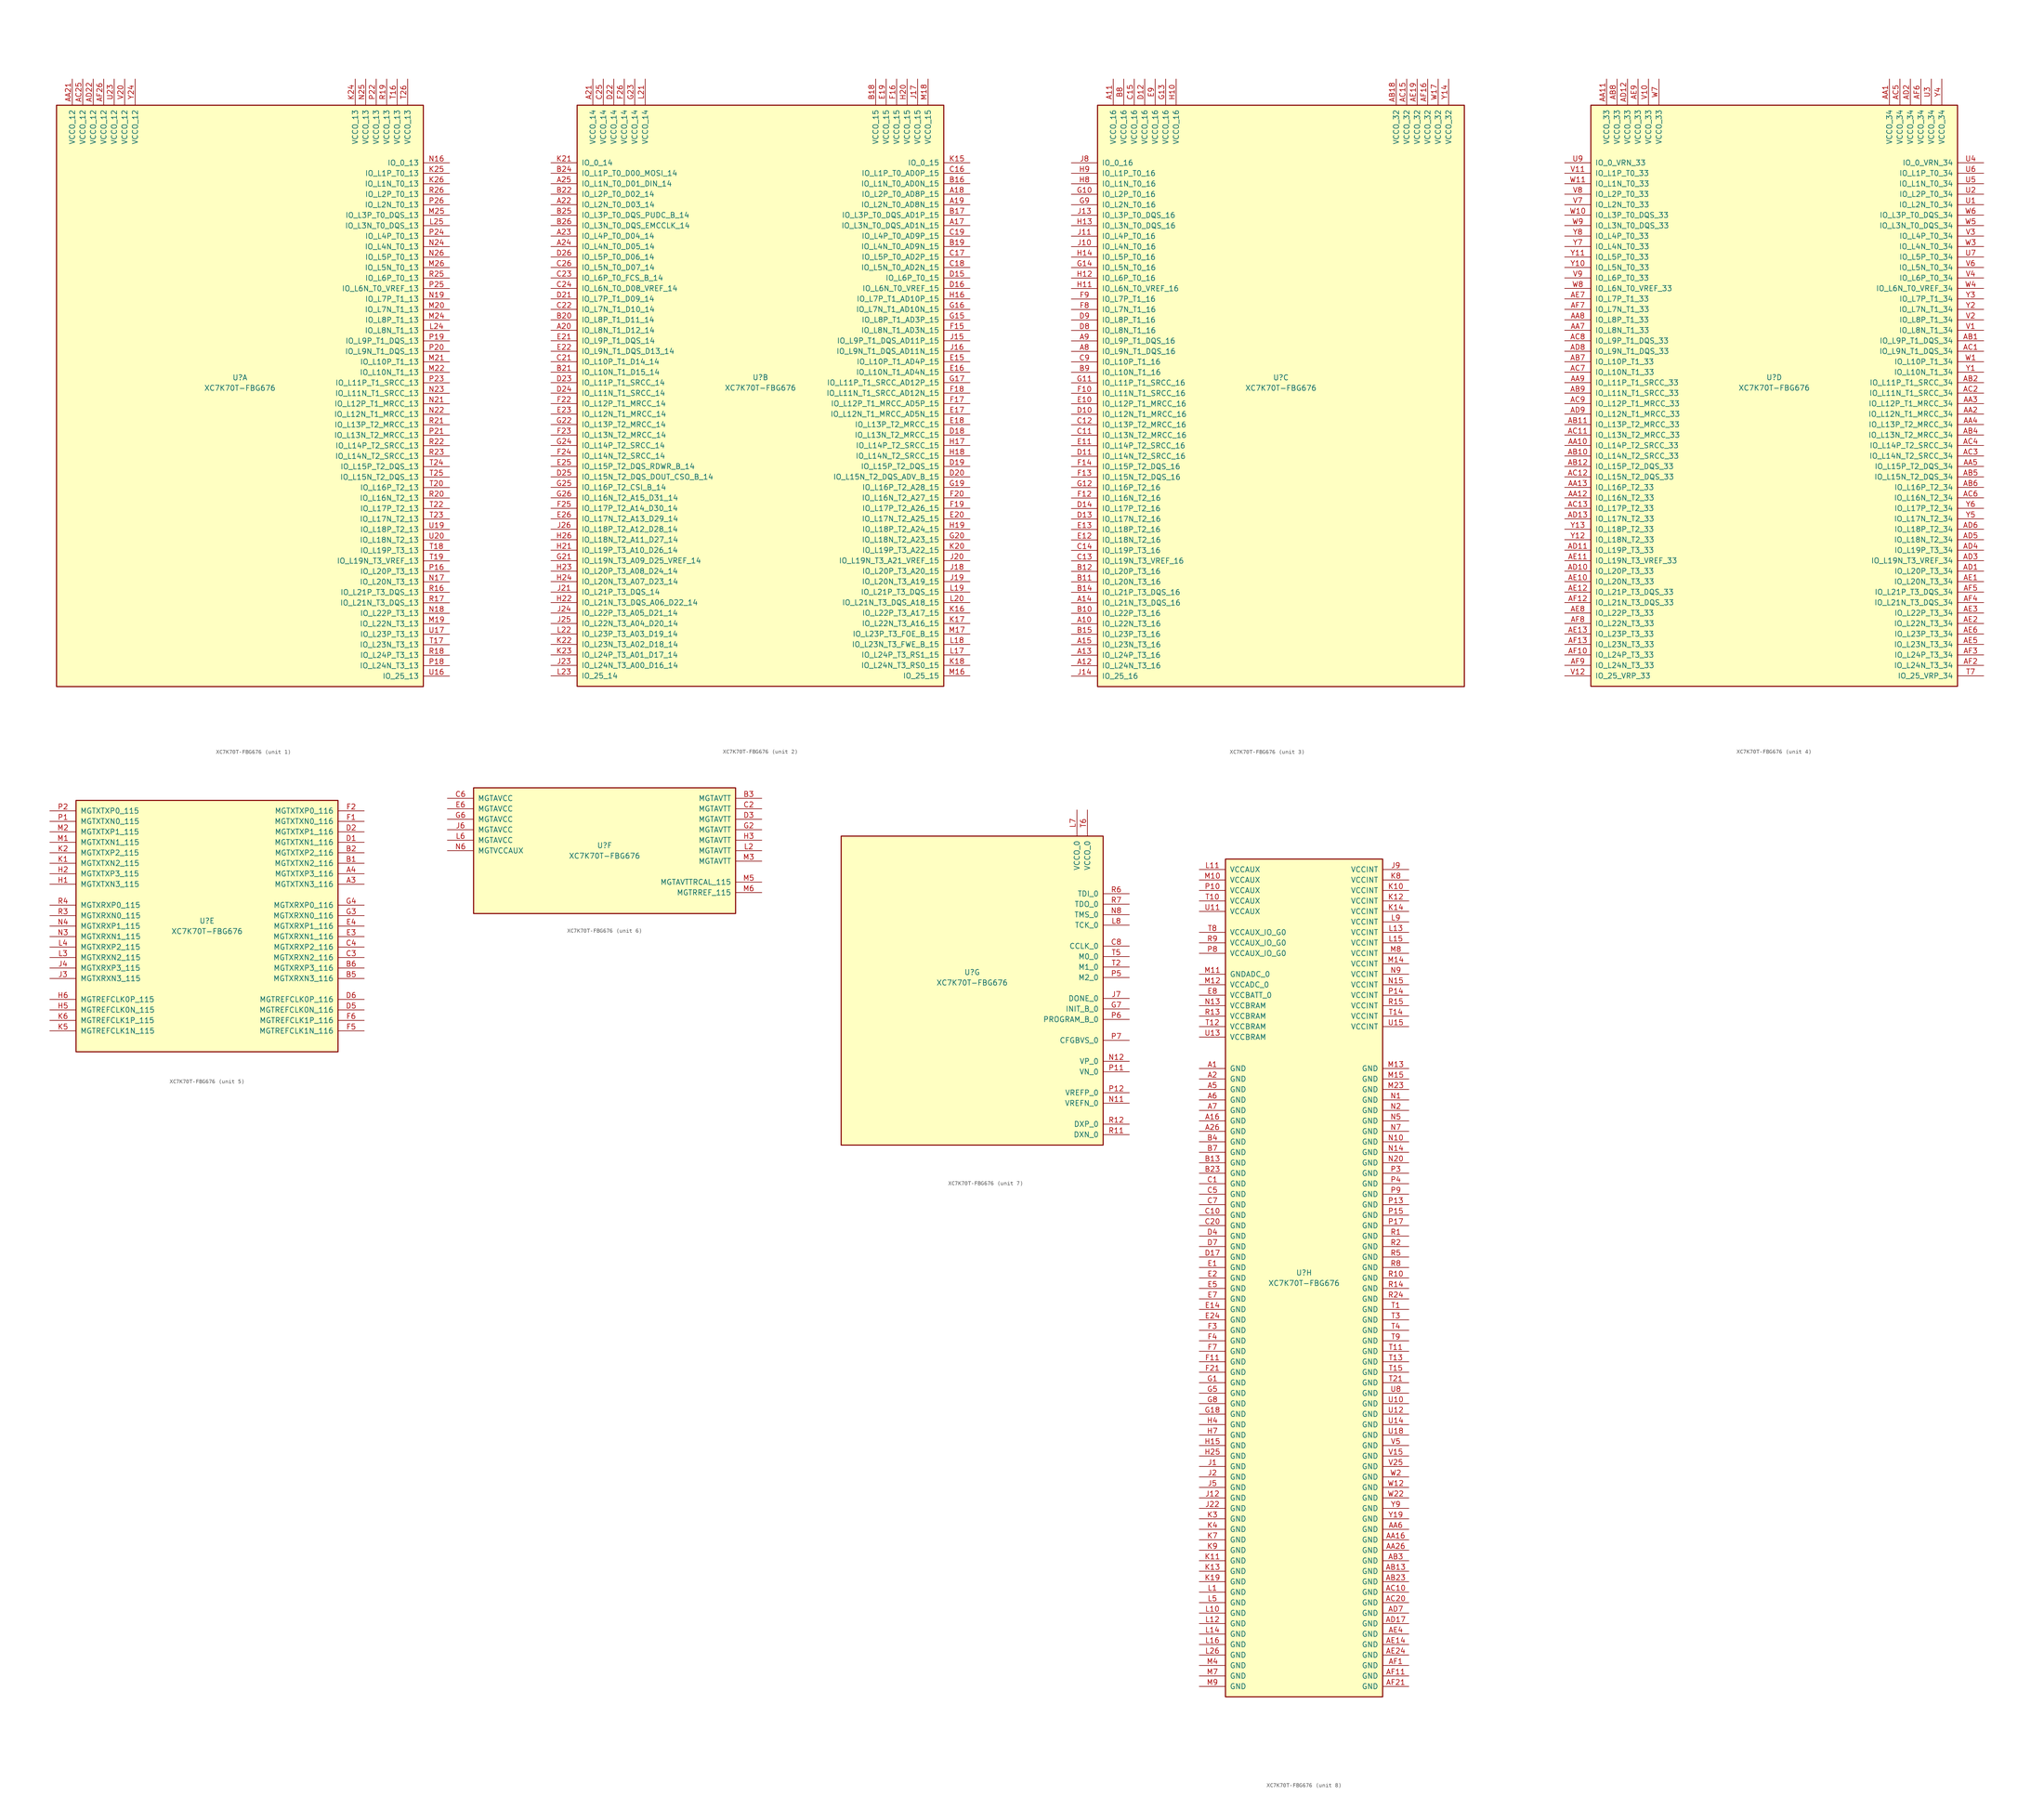
<source format=kicad_sym>
(kicad_symbol_lib
  (version 20201005)
  (generator kicad_symbol_editor)
  (symbol "FPGA_Xilinx_Kintex7:XC7K70T-FBG676"
    (pin_names
      (offset 1.016))
    (property "Reference" "U"
      (at 0 1.27 0)
      (effects (font (size 1.27 1.27))))
    (property "Value" "XC7K70T-FBG676"
      (at 0 -1.27 0)
      (effects (font (size 1.27 1.27))))
    (property "Datasheet" ""
      (at 0 0 0)
      (effects (font (size 1.27 1.27))))
    (property "ki_locked" ""
      (at 0 0 0)
      (effects (font (size 1.27 1.27))))
    (symbol "XC7K70T-FBG676_1_1"
      (rectangle (start -44.45 67.31) (end 44.45 -73.66) (stroke (width 0.254)) (fill (type background)))
      (pin power_in line (at -40.64 73.66 270) (length 6.35) (name "VCCO_12" (effects (font (size 1.27 1.27)))) (number "AA21" (effects (font (size 1.27 1.27)))))
      (pin power_in line (at -38.1 73.66 270) (length 6.35) (name "VCCO_12" (effects (font (size 1.27 1.27)))) (number "AC25" (effects (font (size 1.27 1.27)))))
      (pin power_in line (at -35.56 73.66 270) (length 6.35) (name "VCCO_12" (effects (font (size 1.27 1.27)))) (number "AD22" (effects (font (size 1.27 1.27)))))
      (pin power_in line (at -33.02 73.66 270) (length 6.35) (name "VCCO_12" (effects (font (size 1.27 1.27)))) (number "AF26" (effects (font (size 1.27 1.27)))))
      (pin power_in line (at -30.48 73.66 270) (length 6.35) (name "VCCO_12" (effects (font (size 1.27 1.27)))) (number "U23" (effects (font (size 1.27 1.27)))))
      (pin power_in line (at -27.94 73.66 270) (length 6.35) (name "VCCO_12" (effects (font (size 1.27 1.27)))) (number "V20" (effects (font (size 1.27 1.27)))))
      (pin power_in line (at -25.4 73.66 270) (length 6.35) (name "VCCO_12" (effects (font (size 1.27 1.27)))) (number "Y24" (effects (font (size 1.27 1.27)))))
      (pin power_in line (at 27.94 73.66 270) (length 6.35) (name "VCCO_13" (effects (font (size 1.27 1.27)))) (number "K24" (effects (font (size 1.27 1.27)))))
      (pin power_in line (at 30.48 73.66 270) (length 6.35) (name "VCCO_13" (effects (font (size 1.27 1.27)))) (number "N25" (effects (font (size 1.27 1.27)))))
      (pin power_in line (at 33.02 73.66 270) (length 6.35) (name "VCCO_13" (effects (font (size 1.27 1.27)))) (number "P22" (effects (font (size 1.27 1.27)))))
      (pin power_in line (at 35.56 73.66 270) (length 6.35) (name "VCCO_13" (effects (font (size 1.27 1.27)))) (number "R19" (effects (font (size 1.27 1.27)))))
      (pin power_in line (at 38.1 73.66 270) (length 6.35) (name "VCCO_13" (effects (font (size 1.27 1.27)))) (number "T16" (effects (font (size 1.27 1.27)))))
      (pin power_in line (at 40.64 73.66 270) (length 6.35) (name "VCCO_13" (effects (font (size 1.27 1.27)))) (number "T26" (effects (font (size 1.27 1.27)))))
      (pin bidirectional line (at 50.8 53.34 180) (length 6.35) (name "IO_0_13" (effects (font (size 1.27 1.27)))) (number "N16" (effects (font (size 1.27 1.27)))))
      (pin bidirectional line (at 50.8 50.8 180) (length 6.35) (name "IO_L1P_T0_13" (effects (font (size 1.27 1.27)))) (number "K25" (effects (font (size 1.27 1.27)))))
      (pin bidirectional line (at 50.8 48.26 180) (length 6.35) (name "IO_L1N_T0_13" (effects (font (size 1.27 1.27)))) (number "K26" (effects (font (size 1.27 1.27)))))
      (pin bidirectional line (at 50.8 45.72 180) (length 6.35) (name "IO_L2P_T0_13" (effects (font (size 1.27 1.27)))) (number "R26" (effects (font (size 1.27 1.27)))))
      (pin bidirectional line (at 50.8 43.18 180) (length 6.35) (name "IO_L2N_T0_13" (effects (font (size 1.27 1.27)))) (number "P26" (effects (font (size 1.27 1.27)))))
      (pin bidirectional line (at 50.8 40.64 180) (length 6.35) (name "IO_L3P_T0_DQS_13" (effects (font (size 1.27 1.27)))) (number "M25" (effects (font (size 1.27 1.27)))))
      (pin bidirectional line (at 50.8 38.1 180) (length 6.35) (name "IO_L3N_T0_DQS_13" (effects (font (size 1.27 1.27)))) (number "L25" (effects (font (size 1.27 1.27)))))
      (pin bidirectional line (at 50.8 35.56 180) (length 6.35) (name "IO_L4P_T0_13" (effects (font (size 1.27 1.27)))) (number "P24" (effects (font (size 1.27 1.27)))))
      (pin bidirectional line (at 50.8 33.02 180) (length 6.35) (name "IO_L4N_T0_13" (effects (font (size 1.27 1.27)))) (number "N24" (effects (font (size 1.27 1.27)))))
      (pin bidirectional line (at 50.8 30.48 180) (length 6.35) (name "IO_L5P_T0_13" (effects (font (size 1.27 1.27)))) (number "N26" (effects (font (size 1.27 1.27)))))
      (pin bidirectional line (at 50.8 27.94 180) (length 6.35) (name "IO_L5N_T0_13" (effects (font (size 1.27 1.27)))) (number "M26" (effects (font (size 1.27 1.27)))))
      (pin bidirectional line (at 50.8 25.4 180) (length 6.35) (name "IO_L6P_T0_13" (effects (font (size 1.27 1.27)))) (number "R25" (effects (font (size 1.27 1.27)))))
      (pin bidirectional line (at 50.8 22.86 180) (length 6.35) (name "IO_L6N_T0_VREF_13" (effects (font (size 1.27 1.27)))) (number "P25" (effects (font (size 1.27 1.27)))))
      (pin bidirectional line (at 50.8 20.32 180) (length 6.35) (name "IO_L7P_T1_13" (effects (font (size 1.27 1.27)))) (number "N19" (effects (font (size 1.27 1.27)))))
      (pin bidirectional line (at 50.8 17.78 180) (length 6.35) (name "IO_L7N_T1_13" (effects (font (size 1.27 1.27)))) (number "M20" (effects (font (size 1.27 1.27)))))
      (pin bidirectional line (at 50.8 15.24 180) (length 6.35) (name "IO_L8P_T1_13" (effects (font (size 1.27 1.27)))) (number "M24" (effects (font (size 1.27 1.27)))))
      (pin bidirectional line (at 50.8 12.7 180) (length 6.35) (name "IO_L8N_T1_13" (effects (font (size 1.27 1.27)))) (number "L24" (effects (font (size 1.27 1.27)))))
      (pin bidirectional line (at 50.8 10.16 180) (length 6.35) (name "IO_L9P_T1_DQS_13" (effects (font (size 1.27 1.27)))) (number "P19" (effects (font (size 1.27 1.27)))))
      (pin bidirectional line (at 50.8 7.62 180) (length 6.35) (name "IO_L9N_T1_DQS_13" (effects (font (size 1.27 1.27)))) (number "P20" (effects (font (size 1.27 1.27)))))
      (pin bidirectional line (at 50.8 5.08 180) (length 6.35) (name "IO_L10P_T1_13" (effects (font (size 1.27 1.27)))) (number "M21" (effects (font (size 1.27 1.27)))))
      (pin bidirectional line (at 50.8 2.54 180) (length 6.35) (name "IO_L10N_T1_13" (effects (font (size 1.27 1.27)))) (number "M22" (effects (font (size 1.27 1.27)))))
      (pin bidirectional line (at 50.8 0 180) (length 6.35) (name "IO_L11P_T1_SRCC_13" (effects (font (size 1.27 1.27)))) (number "P23" (effects (font (size 1.27 1.27)))))
      (pin bidirectional line (at 50.8 -2.54 180) (length 6.35) (name "IO_L11N_T1_SRCC_13" (effects (font (size 1.27 1.27)))) (number "N23" (effects (font (size 1.27 1.27)))))
      (pin bidirectional line (at 50.8 -5.08 180) (length 6.35) (name "IO_L12P_T1_MRCC_13" (effects (font (size 1.27 1.27)))) (number "N21" (effects (font (size 1.27 1.27)))))
      (pin bidirectional line (at 50.8 -7.62 180) (length 6.35) (name "IO_L12N_T1_MRCC_13" (effects (font (size 1.27 1.27)))) (number "N22" (effects (font (size 1.27 1.27)))))
      (pin bidirectional line (at 50.8 -10.16 180) (length 6.35) (name "IO_L13P_T2_MRCC_13" (effects (font (size 1.27 1.27)))) (number "R21" (effects (font (size 1.27 1.27)))))
      (pin bidirectional line (at 50.8 -12.7 180) (length 6.35) (name "IO_L13N_T2_MRCC_13" (effects (font (size 1.27 1.27)))) (number "P21" (effects (font (size 1.27 1.27)))))
      (pin bidirectional line (at 50.8 -15.24 180) (length 6.35) (name "IO_L14P_T2_SRCC_13" (effects (font (size 1.27 1.27)))) (number "R22" (effects (font (size 1.27 1.27)))))
      (pin bidirectional line (at 50.8 -17.78 180) (length 6.35) (name "IO_L14N_T2_SRCC_13" (effects (font (size 1.27 1.27)))) (number "R23" (effects (font (size 1.27 1.27)))))
      (pin bidirectional line (at 50.8 -20.32 180) (length 6.35) (name "IO_L15P_T2_DQS_13" (effects (font (size 1.27 1.27)))) (number "T24" (effects (font (size 1.27 1.27)))))
      (pin bidirectional line (at 50.8 -22.86 180) (length 6.35) (name "IO_L15N_T2_DQS_13" (effects (font (size 1.27 1.27)))) (number "T25" (effects (font (size 1.27 1.27)))))
      (pin bidirectional line (at 50.8 -25.4 180) (length 6.35) (name "IO_L16P_T2_13" (effects (font (size 1.27 1.27)))) (number "T20" (effects (font (size 1.27 1.27)))))
      (pin bidirectional line (at 50.8 -27.94 180) (length 6.35) (name "IO_L16N_T2_13" (effects (font (size 1.27 1.27)))) (number "R20" (effects (font (size 1.27 1.27)))))
      (pin bidirectional line (at 50.8 -30.48 180) (length 6.35) (name "IO_L17P_T2_13" (effects (font (size 1.27 1.27)))) (number "T22" (effects (font (size 1.27 1.27)))))
      (pin bidirectional line (at 50.8 -33.02 180) (length 6.35) (name "IO_L17N_T2_13" (effects (font (size 1.27 1.27)))) (number "T23" (effects (font (size 1.27 1.27)))))
      (pin bidirectional line (at 50.8 -35.56 180) (length 6.35) (name "IO_L18P_T2_13" (effects (font (size 1.27 1.27)))) (number "U19" (effects (font (size 1.27 1.27)))))
      (pin bidirectional line (at 50.8 -38.1 180) (length 6.35) (name "IO_L18N_T2_13" (effects (font (size 1.27 1.27)))) (number "U20" (effects (font (size 1.27 1.27)))))
      (pin bidirectional line (at 50.8 -40.64 180) (length 6.35) (name "IO_L19P_T3_13" (effects (font (size 1.27 1.27)))) (number "T18" (effects (font (size 1.27 1.27)))))
      (pin bidirectional line (at 50.8 -43.18 180) (length 6.35) (name "IO_L19N_T3_VREF_13" (effects (font (size 1.27 1.27)))) (number "T19" (effects (font (size 1.27 1.27)))))
      (pin bidirectional line (at 50.8 -45.72 180) (length 6.35) (name "IO_L20P_T3_13" (effects (font (size 1.27 1.27)))) (number "P16" (effects (font (size 1.27 1.27)))))
      (pin bidirectional line (at 50.8 -48.26 180) (length 6.35) (name "IO_L20N_T3_13" (effects (font (size 1.27 1.27)))) (number "N17" (effects (font (size 1.27 1.27)))))
      (pin bidirectional line (at 50.8 -50.8 180) (length 6.35) (name "IO_L21P_T3_DQS_13" (effects (font (size 1.27 1.27)))) (number "R16" (effects (font (size 1.27 1.27)))))
      (pin bidirectional line (at 50.8 -53.34 180) (length 6.35) (name "IO_L21N_T3_DQS_13" (effects (font (size 1.27 1.27)))) (number "R17" (effects (font (size 1.27 1.27)))))
      (pin bidirectional line (at 50.8 -55.88 180) (length 6.35) (name "IO_L22P_T3_13" (effects (font (size 1.27 1.27)))) (number "N18" (effects (font (size 1.27 1.27)))))
      (pin bidirectional line (at 50.8 -58.42 180) (length 6.35) (name "IO_L22N_T3_13" (effects (font (size 1.27 1.27)))) (number "M19" (effects (font (size 1.27 1.27)))))
      (pin bidirectional line (at 50.8 -60.96 180) (length 6.35) (name "IO_L23P_T3_13" (effects (font (size 1.27 1.27)))) (number "U17" (effects (font (size 1.27 1.27)))))
      (pin bidirectional line (at 50.8 -63.5 180) (length 6.35) (name "IO_L23N_T3_13" (effects (font (size 1.27 1.27)))) (number "T17" (effects (font (size 1.27 1.27)))))
      (pin bidirectional line (at 50.8 -66.04 180) (length 6.35) (name "IO_L24P_T3_13" (effects (font (size 1.27 1.27)))) (number "R18" (effects (font (size 1.27 1.27)))))
      (pin bidirectional line (at 50.8 -68.58 180) (length 6.35) (name "IO_L24N_T3_13" (effects (font (size 1.27 1.27)))) (number "P18" (effects (font (size 1.27 1.27)))))
      (pin bidirectional line (at 50.8 -71.12 180) (length 6.35) (name "IO_25_13" (effects (font (size 1.27 1.27)))) (number "U16" (effects (font (size 1.27 1.27))))))
    (symbol "XC7K70T-FBG676_2_1"
      (rectangle (start -44.45 67.31) (end 44.45 -73.66) (stroke (width 0.254)) (fill (type background)))
      (pin power_in line (at -40.64 73.66 270) (length 6.35) (name "VCCO_14" (effects (font (size 1.27 1.27)))) (number "A21" (effects (font (size 1.27 1.27)))))
      (pin power_in line (at -38.1 73.66 270) (length 6.35) (name "VCCO_14" (effects (font (size 1.27 1.27)))) (number "C25" (effects (font (size 1.27 1.27)))))
      (pin power_in line (at -35.56 73.66 270) (length 6.35) (name "VCCO_14" (effects (font (size 1.27 1.27)))) (number "D22" (effects (font (size 1.27 1.27)))))
      (pin power_in line (at -33.02 73.66 270) (length 6.35) (name "VCCO_14" (effects (font (size 1.27 1.27)))) (number "F26" (effects (font (size 1.27 1.27)))))
      (pin power_in line (at -30.48 73.66 270) (length 6.35) (name "VCCO_14" (effects (font (size 1.27 1.27)))) (number "G23" (effects (font (size 1.27 1.27)))))
      (pin power_in line (at -27.94 73.66 270) (length 6.35) (name "VCCO_14" (effects (font (size 1.27 1.27)))) (number "L21" (effects (font (size 1.27 1.27)))))
      (pin bidirectional line (at -50.8 53.34 0) (length 6.35) (name "IO_0_14" (effects (font (size 1.27 1.27)))) (number "K21" (effects (font (size 1.27 1.27)))))
      (pin bidirectional line (at -50.8 50.8 0) (length 6.35) (name "IO_L1P_T0_D00_MOSI_14" (effects (font (size 1.27 1.27)))) (number "B24" (effects (font (size 1.27 1.27)))))
      (pin bidirectional line (at -50.8 48.26 0) (length 6.35) (name "IO_L1N_T0_D01_DIN_14" (effects (font (size 1.27 1.27)))) (number "A25" (effects (font (size 1.27 1.27)))))
      (pin bidirectional line (at -50.8 45.72 0) (length 6.35) (name "IO_L2P_T0_D02_14" (effects (font (size 1.27 1.27)))) (number "B22" (effects (font (size 1.27 1.27)))))
      (pin bidirectional line (at -50.8 43.18 0) (length 6.35) (name "IO_L2N_T0_D03_14" (effects (font (size 1.27 1.27)))) (number "A22" (effects (font (size 1.27 1.27)))))
      (pin bidirectional line (at -50.8 40.64 0) (length 6.35) (name "IO_L3P_T0_DQS_PUDC_B_14" (effects (font (size 1.27 1.27)))) (number "B25" (effects (font (size 1.27 1.27)))))
      (pin bidirectional line (at -50.8 38.1 0) (length 6.35) (name "IO_L3N_T0_DQS_EMCCLK_14" (effects (font (size 1.27 1.27)))) (number "B26" (effects (font (size 1.27 1.27)))))
      (pin bidirectional line (at -50.8 35.56 0) (length 6.35) (name "IO_L4P_T0_D04_14" (effects (font (size 1.27 1.27)))) (number "A23" (effects (font (size 1.27 1.27)))))
      (pin bidirectional line (at -50.8 33.02 0) (length 6.35) (name "IO_L4N_T0_D05_14" (effects (font (size 1.27 1.27)))) (number "A24" (effects (font (size 1.27 1.27)))))
      (pin bidirectional line (at -50.8 30.48 0) (length 6.35) (name "IO_L5P_T0_D06_14" (effects (font (size 1.27 1.27)))) (number "D26" (effects (font (size 1.27 1.27)))))
      (pin bidirectional line (at -50.8 27.94 0) (length 6.35) (name "IO_L5N_T0_D07_14" (effects (font (size 1.27 1.27)))) (number "C26" (effects (font (size 1.27 1.27)))))
      (pin bidirectional line (at -50.8 25.4 0) (length 6.35) (name "IO_L6P_T0_FCS_B_14" (effects (font (size 1.27 1.27)))) (number "C23" (effects (font (size 1.27 1.27)))))
      (pin bidirectional line (at -50.8 22.86 0) (length 6.35) (name "IO_L6N_T0_D08_VREF_14" (effects (font (size 1.27 1.27)))) (number "C24" (effects (font (size 1.27 1.27)))))
      (pin bidirectional line (at -50.8 20.32 0) (length 6.35) (name "IO_L7P_T1_D09_14" (effects (font (size 1.27 1.27)))) (number "D21" (effects (font (size 1.27 1.27)))))
      (pin bidirectional line (at -50.8 17.78 0) (length 6.35) (name "IO_L7N_T1_D10_14" (effects (font (size 1.27 1.27)))) (number "C22" (effects (font (size 1.27 1.27)))))
      (pin bidirectional line (at -50.8 15.24 0) (length 6.35) (name "IO_L8P_T1_D11_14" (effects (font (size 1.27 1.27)))) (number "B20" (effects (font (size 1.27 1.27)))))
      (pin bidirectional line (at -50.8 12.7 0) (length 6.35) (name "IO_L8N_T1_D12_14" (effects (font (size 1.27 1.27)))) (number "A20" (effects (font (size 1.27 1.27)))))
      (pin bidirectional line (at -50.8 10.16 0) (length 6.35) (name "IO_L9P_T1_DQS_14" (effects (font (size 1.27 1.27)))) (number "E21" (effects (font (size 1.27 1.27)))))
      (pin bidirectional line (at -50.8 7.62 0) (length 6.35) (name "IO_L9N_T1_DQS_D13_14" (effects (font (size 1.27 1.27)))) (number "E22" (effects (font (size 1.27 1.27)))))
      (pin bidirectional line (at -50.8 5.08 0) (length 6.35) (name "IO_L10P_T1_D14_14" (effects (font (size 1.27 1.27)))) (number "C21" (effects (font (size 1.27 1.27)))))
      (pin bidirectional line (at -50.8 2.54 0) (length 6.35) (name "IO_L10N_T1_D15_14" (effects (font (size 1.27 1.27)))) (number "B21" (effects (font (size 1.27 1.27)))))
      (pin bidirectional line (at -50.8 0 0) (length 6.35) (name "IO_L11P_T1_SRCC_14" (effects (font (size 1.27 1.27)))) (number "D23" (effects (font (size 1.27 1.27)))))
      (pin bidirectional line (at -50.8 -2.54 0) (length 6.35) (name "IO_L11N_T1_SRCC_14" (effects (font (size 1.27 1.27)))) (number "D24" (effects (font (size 1.27 1.27)))))
      (pin bidirectional line (at -50.8 -5.08 0) (length 6.35) (name "IO_L12P_T1_MRCC_14" (effects (font (size 1.27 1.27)))) (number "F22" (effects (font (size 1.27 1.27)))))
      (pin bidirectional line (at -50.8 -7.62 0) (length 6.35) (name "IO_L12N_T1_MRCC_14" (effects (font (size 1.27 1.27)))) (number "E23" (effects (font (size 1.27 1.27)))))
      (pin bidirectional line (at -50.8 -10.16 0) (length 6.35) (name "IO_L13P_T2_MRCC_14" (effects (font (size 1.27 1.27)))) (number "G22" (effects (font (size 1.27 1.27)))))
      (pin bidirectional line (at -50.8 -12.7 0) (length 6.35) (name "IO_L13N_T2_MRCC_14" (effects (font (size 1.27 1.27)))) (number "F23" (effects (font (size 1.27 1.27)))))
      (pin bidirectional line (at -50.8 -15.24 0) (length 6.35) (name "IO_L14P_T2_SRCC_14" (effects (font (size 1.27 1.27)))) (number "G24" (effects (font (size 1.27 1.27)))))
      (pin bidirectional line (at -50.8 -17.78 0) (length 6.35) (name "IO_L14N_T2_SRCC_14" (effects (font (size 1.27 1.27)))) (number "F24" (effects (font (size 1.27 1.27)))))
      (pin bidirectional line (at -50.8 -20.32 0) (length 6.35) (name "IO_L15P_T2_DQS_RDWR_B_14" (effects (font (size 1.27 1.27)))) (number "E25" (effects (font (size 1.27 1.27)))))
      (pin bidirectional line (at -50.8 -22.86 0) (length 6.35) (name "IO_L15N_T2_DQS_DOUT_CSO_B_14" (effects (font (size 1.27 1.27)))) (number "D25" (effects (font (size 1.27 1.27)))))
      (pin bidirectional line (at -50.8 -25.4 0) (length 6.35) (name "IO_L16P_T2_CSI_B_14" (effects (font (size 1.27 1.27)))) (number "G25" (effects (font (size 1.27 1.27)))))
      (pin bidirectional line (at -50.8 -27.94 0) (length 6.35) (name "IO_L16N_T2_A15_D31_14" (effects (font (size 1.27 1.27)))) (number "G26" (effects (font (size 1.27 1.27)))))
      (pin bidirectional line (at -50.8 -30.48 0) (length 6.35) (name "IO_L17P_T2_A14_D30_14" (effects (font (size 1.27 1.27)))) (number "F25" (effects (font (size 1.27 1.27)))))
      (pin bidirectional line (at -50.8 -33.02 0) (length 6.35) (name "IO_L17N_T2_A13_D29_14" (effects (font (size 1.27 1.27)))) (number "E26" (effects (font (size 1.27 1.27)))))
      (pin bidirectional line (at -50.8 -35.56 0) (length 6.35) (name "IO_L18P_T2_A12_D28_14" (effects (font (size 1.27 1.27)))) (number "J26" (effects (font (size 1.27 1.27)))))
      (pin bidirectional line (at -50.8 -38.1 0) (length 6.35) (name "IO_L18N_T2_A11_D27_14" (effects (font (size 1.27 1.27)))) (number "H26" (effects (font (size 1.27 1.27)))))
      (pin bidirectional line (at -50.8 -40.64 0) (length 6.35) (name "IO_L19P_T3_A10_D26_14" (effects (font (size 1.27 1.27)))) (number "H21" (effects (font (size 1.27 1.27)))))
      (pin bidirectional line (at -50.8 -43.18 0) (length 6.35) (name "IO_L19N_T3_A09_D25_VREF_14" (effects (font (size 1.27 1.27)))) (number "G21" (effects (font (size 1.27 1.27)))))
      (pin bidirectional line (at -50.8 -45.72 0) (length 6.35) (name "IO_L20P_T3_A08_D24_14" (effects (font (size 1.27 1.27)))) (number "H23" (effects (font (size 1.27 1.27)))))
      (pin bidirectional line (at -50.8 -48.26 0) (length 6.35) (name "IO_L20N_T3_A07_D23_14" (effects (font (size 1.27 1.27)))) (number "H24" (effects (font (size 1.27 1.27)))))
      (pin bidirectional line (at -50.8 -50.8 0) (length 6.35) (name "IO_L21P_T3_DQS_14" (effects (font (size 1.27 1.27)))) (number "J21" (effects (font (size 1.27 1.27)))))
      (pin bidirectional line (at -50.8 -53.34 0) (length 6.35) (name "IO_L21N_T3_DQS_A06_D22_14" (effects (font (size 1.27 1.27)))) (number "H22" (effects (font (size 1.27 1.27)))))
      (pin bidirectional line (at -50.8 -55.88 0) (length 6.35) (name "IO_L22P_T3_A05_D21_14" (effects (font (size 1.27 1.27)))) (number "J24" (effects (font (size 1.27 1.27)))))
      (pin bidirectional line (at -50.8 -58.42 0) (length 6.35) (name "IO_L22N_T3_A04_D20_14" (effects (font (size 1.27 1.27)))) (number "J25" (effects (font (size 1.27 1.27)))))
      (pin bidirectional line (at -50.8 -60.96 0) (length 6.35) (name "IO_L23P_T3_A03_D19_14" (effects (font (size 1.27 1.27)))) (number "L22" (effects (font (size 1.27 1.27)))))
      (pin bidirectional line (at -50.8 -63.5 0) (length 6.35) (name "IO_L23N_T3_A02_D18_14" (effects (font (size 1.27 1.27)))) (number "K22" (effects (font (size 1.27 1.27)))))
      (pin bidirectional line (at -50.8 -66.04 0) (length 6.35) (name "IO_L24P_T3_A01_D17_14" (effects (font (size 1.27 1.27)))) (number "K23" (effects (font (size 1.27 1.27)))))
      (pin bidirectional line (at -50.8 -68.58 0) (length 6.35) (name "IO_L24N_T3_A00_D16_14" (effects (font (size 1.27 1.27)))) (number "J23" (effects (font (size 1.27 1.27)))))
      (pin bidirectional line (at -50.8 -71.12 0) (length 6.35) (name "IO_25_14" (effects (font (size 1.27 1.27)))) (number "L23" (effects (font (size 1.27 1.27)))))
      (pin power_in line (at 27.94 73.66 270) (length 6.35) (name "VCCO_15" (effects (font (size 1.27 1.27)))) (number "B18" (effects (font (size 1.27 1.27)))))
      (pin power_in line (at 30.48 73.66 270) (length 6.35) (name "VCCO_15" (effects (font (size 1.27 1.27)))) (number "E19" (effects (font (size 1.27 1.27)))))
      (pin power_in line (at 33.02 73.66 270) (length 6.35) (name "VCCO_15" (effects (font (size 1.27 1.27)))) (number "F16" (effects (font (size 1.27 1.27)))))
      (pin power_in line (at 35.56 73.66 270) (length 6.35) (name "VCCO_15" (effects (font (size 1.27 1.27)))) (number "H20" (effects (font (size 1.27 1.27)))))
      (pin power_in line (at 38.1 73.66 270) (length 6.35) (name "VCCO_15" (effects (font (size 1.27 1.27)))) (number "J17" (effects (font (size 1.27 1.27)))))
      (pin power_in line (at 40.64 73.66 270) (length 6.35) (name "VCCO_15" (effects (font (size 1.27 1.27)))) (number "M18" (effects (font (size 1.27 1.27)))))
      (pin bidirectional line (at 50.8 53.34 180) (length 6.35) (name "IO_0_15" (effects (font (size 1.27 1.27)))) (number "K15" (effects (font (size 1.27 1.27)))))
      (pin bidirectional line (at 50.8 50.8 180) (length 6.35) (name "IO_L1P_T0_AD0P_15" (effects (font (size 1.27 1.27)))) (number "C16" (effects (font (size 1.27 1.27)))))
      (pin bidirectional line (at 50.8 48.26 180) (length 6.35) (name "IO_L1N_T0_AD0N_15" (effects (font (size 1.27 1.27)))) (number "B16" (effects (font (size 1.27 1.27)))))
      (pin bidirectional line (at 50.8 45.72 180) (length 6.35) (name "IO_L2P_T0_AD8P_15" (effects (font (size 1.27 1.27)))) (number "A18" (effects (font (size 1.27 1.27)))))
      (pin bidirectional line (at 50.8 43.18 180) (length 6.35) (name "IO_L2N_T0_AD8N_15" (effects (font (size 1.27 1.27)))) (number "A19" (effects (font (size 1.27 1.27)))))
      (pin bidirectional line (at 50.8 40.64 180) (length 6.35) (name "IO_L3P_T0_DQS_AD1P_15" (effects (font (size 1.27 1.27)))) (number "B17" (effects (font (size 1.27 1.27)))))
      (pin bidirectional line (at 50.8 38.1 180) (length 6.35) (name "IO_L3N_T0_DQS_AD1N_15" (effects (font (size 1.27 1.27)))) (number "A17" (effects (font (size 1.27 1.27)))))
      (pin bidirectional line (at 50.8 35.56 180) (length 6.35) (name "IO_L4P_T0_AD9P_15" (effects (font (size 1.27 1.27)))) (number "C19" (effects (font (size 1.27 1.27)))))
      (pin bidirectional line (at 50.8 33.02 180) (length 6.35) (name "IO_L4N_T0_AD9N_15" (effects (font (size 1.27 1.27)))) (number "B19" (effects (font (size 1.27 1.27)))))
      (pin bidirectional line (at 50.8 30.48 180) (length 6.35) (name "IO_L5P_T0_AD2P_15" (effects (font (size 1.27 1.27)))) (number "C17" (effects (font (size 1.27 1.27)))))
      (pin bidirectional line (at 50.8 27.94 180) (length 6.35) (name "IO_L5N_T0_AD2N_15" (effects (font (size 1.27 1.27)))) (number "C18" (effects (font (size 1.27 1.27)))))
      (pin bidirectional line (at 50.8 25.4 180) (length 6.35) (name "IO_L6P_T0_15" (effects (font (size 1.27 1.27)))) (number "D15" (effects (font (size 1.27 1.27)))))
      (pin bidirectional line (at 50.8 22.86 180) (length 6.35) (name "IO_L6N_T0_VREF_15" (effects (font (size 1.27 1.27)))) (number "D16" (effects (font (size 1.27 1.27)))))
      (pin bidirectional line (at 50.8 20.32 180) (length 6.35) (name "IO_L7P_T1_AD10P_15" (effects (font (size 1.27 1.27)))) (number "H16" (effects (font (size 1.27 1.27)))))
      (pin bidirectional line (at 50.8 17.78 180) (length 6.35) (name "IO_L7N_T1_AD10N_15" (effects (font (size 1.27 1.27)))) (number "G16" (effects (font (size 1.27 1.27)))))
      (pin bidirectional line (at 50.8 15.24 180) (length 6.35) (name "IO_L8P_T1_AD3P_15" (effects (font (size 1.27 1.27)))) (number "G15" (effects (font (size 1.27 1.27)))))
      (pin bidirectional line (at 50.8 12.7 180) (length 6.35) (name "IO_L8N_T1_AD3N_15" (effects (font (size 1.27 1.27)))) (number "F15" (effects (font (size 1.27 1.27)))))
      (pin bidirectional line (at 50.8 10.16 180) (length 6.35) (name "IO_L9P_T1_DQS_AD11P_15" (effects (font (size 1.27 1.27)))) (number "J15" (effects (font (size 1.27 1.27)))))
      (pin bidirectional line (at 50.8 7.62 180) (length 6.35) (name "IO_L9N_T1_DQS_AD11N_15" (effects (font (size 1.27 1.27)))) (number "J16" (effects (font (size 1.27 1.27)))))
      (pin bidirectional line (at 50.8 5.08 180) (length 6.35) (name "IO_L10P_T1_AD4P_15" (effects (font (size 1.27 1.27)))) (number "E15" (effects (font (size 1.27 1.27)))))
      (pin bidirectional line (at 50.8 2.54 180) (length 6.35) (name "IO_L10N_T1_AD4N_15" (effects (font (size 1.27 1.27)))) (number "E16" (effects (font (size 1.27 1.27)))))
      (pin bidirectional line (at 50.8 0 180) (length 6.35) (name "IO_L11P_T1_SRCC_AD12P_15" (effects (font (size 1.27 1.27)))) (number "G17" (effects (font (size 1.27 1.27)))))
      (pin bidirectional line (at 50.8 -2.54 180) (length 6.35) (name "IO_L11N_T1_SRCC_AD12N_15" (effects (font (size 1.27 1.27)))) (number "F18" (effects (font (size 1.27 1.27)))))
      (pin bidirectional line (at 50.8 -5.08 180) (length 6.35) (name "IO_L12P_T1_MRCC_AD5P_15" (effects (font (size 1.27 1.27)))) (number "F17" (effects (font (size 1.27 1.27)))))
      (pin bidirectional line (at 50.8 -7.62 180) (length 6.35) (name "IO_L12N_T1_MRCC_AD5N_15" (effects (font (size 1.27 1.27)))) (number "E17" (effects (font (size 1.27 1.27)))))
      (pin bidirectional line (at 50.8 -10.16 180) (length 6.35) (name "IO_L13P_T2_MRCC_15" (effects (font (size 1.27 1.27)))) (number "E18" (effects (font (size 1.27 1.27)))))
      (pin bidirectional line (at 50.8 -12.7 180) (length 6.35) (name "IO_L13N_T2_MRCC_15" (effects (font (size 1.27 1.27)))) (number "D18" (effects (font (size 1.27 1.27)))))
      (pin bidirectional line (at 50.8 -15.24 180) (length 6.35) (name "IO_L14P_T2_SRCC_15" (effects (font (size 1.27 1.27)))) (number "H17" (effects (font (size 1.27 1.27)))))
      (pin bidirectional line (at 50.8 -17.78 180) (length 6.35) (name "IO_L14N_T2_SRCC_15" (effects (font (size 1.27 1.27)))) (number "H18" (effects (font (size 1.27 1.27)))))
      (pin bidirectional line (at 50.8 -20.32 180) (length 6.35) (name "IO_L15P_T2_DQS_15" (effects (font (size 1.27 1.27)))) (number "D19" (effects (font (size 1.27 1.27)))))
      (pin bidirectional line (at 50.8 -22.86 180) (length 6.35) (name "IO_L15N_T2_DQS_ADV_B_15" (effects (font (size 1.27 1.27)))) (number "D20" (effects (font (size 1.27 1.27)))))
      (pin bidirectional line (at 50.8 -25.4 180) (length 6.35) (name "IO_L16P_T2_A28_15" (effects (font (size 1.27 1.27)))) (number "G19" (effects (font (size 1.27 1.27)))))
      (pin bidirectional line (at 50.8 -27.94 180) (length 6.35) (name "IO_L16N_T2_A27_15" (effects (font (size 1.27 1.27)))) (number "F20" (effects (font (size 1.27 1.27)))))
      (pin bidirectional line (at 50.8 -30.48 180) (length 6.35) (name "IO_L17P_T2_A26_15" (effects (font (size 1.27 1.27)))) (number "F19" (effects (font (size 1.27 1.27)))))
      (pin bidirectional line (at 50.8 -33.02 180) (length 6.35) (name "IO_L17N_T2_A25_15" (effects (font (size 1.27 1.27)))) (number "E20" (effects (font (size 1.27 1.27)))))
      (pin bidirectional line (at 50.8 -35.56 180) (length 6.35) (name "IO_L18P_T2_A24_15" (effects (font (size 1.27 1.27)))) (number "H19" (effects (font (size 1.27 1.27)))))
      (pin bidirectional line (at 50.8 -38.1 180) (length 6.35) (name "IO_L18N_T2_A23_15" (effects (font (size 1.27 1.27)))) (number "G20" (effects (font (size 1.27 1.27)))))
      (pin bidirectional line (at 50.8 -40.64 180) (length 6.35) (name "IO_L19P_T3_A22_15" (effects (font (size 1.27 1.27)))) (number "K20" (effects (font (size 1.27 1.27)))))
      (pin bidirectional line (at 50.8 -43.18 180) (length 6.35) (name "IO_L19N_T3_A21_VREF_15" (effects (font (size 1.27 1.27)))) (number "J20" (effects (font (size 1.27 1.27)))))
      (pin bidirectional line (at 50.8 -45.72 180) (length 6.35) (name "IO_L20P_T3_A20_15" (effects (font (size 1.27 1.27)))) (number "J18" (effects (font (size 1.27 1.27)))))
      (pin bidirectional line (at 50.8 -48.26 180) (length 6.35) (name "IO_L20N_T3_A19_15" (effects (font (size 1.27 1.27)))) (number "J19" (effects (font (size 1.27 1.27)))))
      (pin bidirectional line (at 50.8 -50.8 180) (length 6.35) (name "IO_L21P_T3_DQS_15" (effects (font (size 1.27 1.27)))) (number "L19" (effects (font (size 1.27 1.27)))))
      (pin bidirectional line (at 50.8 -53.34 180) (length 6.35) (name "IO_L21N_T3_DQS_A18_15" (effects (font (size 1.27 1.27)))) (number "L20" (effects (font (size 1.27 1.27)))))
      (pin bidirectional line (at 50.8 -55.88 180) (length 6.35) (name "IO_L22P_T3_A17_15" (effects (font (size 1.27 1.27)))) (number "K16" (effects (font (size 1.27 1.27)))))
      (pin bidirectional line (at 50.8 -58.42 180) (length 6.35) (name "IO_L22N_T3_A16_15" (effects (font (size 1.27 1.27)))) (number "K17" (effects (font (size 1.27 1.27)))))
      (pin bidirectional line (at 50.8 -60.96 180) (length 6.35) (name "IO_L23P_T3_FOE_B_15" (effects (font (size 1.27 1.27)))) (number "M17" (effects (font (size 1.27 1.27)))))
      (pin bidirectional line (at 50.8 -63.5 180) (length 6.35) (name "IO_L23N_T3_FWE_B_15" (effects (font (size 1.27 1.27)))) (number "L18" (effects (font (size 1.27 1.27)))))
      (pin bidirectional line (at 50.8 -66.04 180) (length 6.35) (name "IO_L24P_T3_RS1_15" (effects (font (size 1.27 1.27)))) (number "L17" (effects (font (size 1.27 1.27)))))
      (pin bidirectional line (at 50.8 -68.58 180) (length 6.35) (name "IO_L24N_T3_RS0_15" (effects (font (size 1.27 1.27)))) (number "K18" (effects (font (size 1.27 1.27)))))
      (pin bidirectional line (at 50.8 -71.12 180) (length 6.35) (name "IO_25_15" (effects (font (size 1.27 1.27)))) (number "M16" (effects (font (size 1.27 1.27))))))
    (symbol "XC7K70T-FBG676_3_1"
      (rectangle (start -44.45 67.31) (end 44.45 -73.66) (stroke (width 0.254)) (fill (type background)))
      (pin power_in line (at -40.64 73.66 270) (length 6.35) (name "VCCO_16" (effects (font (size 1.27 1.27)))) (number "A11" (effects (font (size 1.27 1.27)))))
      (pin power_in line (at -38.1 73.66 270) (length 6.35) (name "VCCO_16" (effects (font (size 1.27 1.27)))) (number "B8" (effects (font (size 1.27 1.27)))))
      (pin power_in line (at -35.56 73.66 270) (length 6.35) (name "VCCO_16" (effects (font (size 1.27 1.27)))) (number "C15" (effects (font (size 1.27 1.27)))))
      (pin power_in line (at -33.02 73.66 270) (length 6.35) (name "VCCO_16" (effects (font (size 1.27 1.27)))) (number "D12" (effects (font (size 1.27 1.27)))))
      (pin power_in line (at -30.48 73.66 270) (length 6.35) (name "VCCO_16" (effects (font (size 1.27 1.27)))) (number "E9" (effects (font (size 1.27 1.27)))))
      (pin power_in line (at -27.94 73.66 270) (length 6.35) (name "VCCO_16" (effects (font (size 1.27 1.27)))) (number "G13" (effects (font (size 1.27 1.27)))))
      (pin power_in line (at -25.4 73.66 270) (length 6.35) (name "VCCO_16" (effects (font (size 1.27 1.27)))) (number "H10" (effects (font (size 1.27 1.27)))))
      (pin bidirectional line (at -50.8 53.34 0) (length 6.35) (name "IO_0_16" (effects (font (size 1.27 1.27)))) (number "J8" (effects (font (size 1.27 1.27)))))
      (pin bidirectional line (at -50.8 50.8 0) (length 6.35) (name "IO_L1P_T0_16" (effects (font (size 1.27 1.27)))) (number "H9" (effects (font (size 1.27 1.27)))))
      (pin bidirectional line (at -50.8 48.26 0) (length 6.35) (name "IO_L1N_T0_16" (effects (font (size 1.27 1.27)))) (number "H8" (effects (font (size 1.27 1.27)))))
      (pin bidirectional line (at -50.8 45.72 0) (length 6.35) (name "IO_L2P_T0_16" (effects (font (size 1.27 1.27)))) (number "G10" (effects (font (size 1.27 1.27)))))
      (pin bidirectional line (at -50.8 43.18 0) (length 6.35) (name "IO_L2N_T0_16" (effects (font (size 1.27 1.27)))) (number "G9" (effects (font (size 1.27 1.27)))))
      (pin bidirectional line (at -50.8 40.64 0) (length 6.35) (name "IO_L3P_T0_DQS_16" (effects (font (size 1.27 1.27)))) (number "J13" (effects (font (size 1.27 1.27)))))
      (pin bidirectional line (at -50.8 38.1 0) (length 6.35) (name "IO_L3N_T0_DQS_16" (effects (font (size 1.27 1.27)))) (number "H13" (effects (font (size 1.27 1.27)))))
      (pin bidirectional line (at -50.8 35.56 0) (length 6.35) (name "IO_L4P_T0_16" (effects (font (size 1.27 1.27)))) (number "J11" (effects (font (size 1.27 1.27)))))
      (pin bidirectional line (at -50.8 33.02 0) (length 6.35) (name "IO_L4N_T0_16" (effects (font (size 1.27 1.27)))) (number "J10" (effects (font (size 1.27 1.27)))))
      (pin bidirectional line (at -50.8 30.48 0) (length 6.35) (name "IO_L5P_T0_16" (effects (font (size 1.27 1.27)))) (number "H14" (effects (font (size 1.27 1.27)))))
      (pin bidirectional line (at -50.8 27.94 0) (length 6.35) (name "IO_L5N_T0_16" (effects (font (size 1.27 1.27)))) (number "G14" (effects (font (size 1.27 1.27)))))
      (pin bidirectional line (at -50.8 25.4 0) (length 6.35) (name "IO_L6P_T0_16" (effects (font (size 1.27 1.27)))) (number "H12" (effects (font (size 1.27 1.27)))))
      (pin bidirectional line (at -50.8 22.86 0) (length 6.35) (name "IO_L6N_T0_VREF_16" (effects (font (size 1.27 1.27)))) (number "H11" (effects (font (size 1.27 1.27)))))
      (pin bidirectional line (at -50.8 20.32 0) (length 6.35) (name "IO_L7P_T1_16" (effects (font (size 1.27 1.27)))) (number "F9" (effects (font (size 1.27 1.27)))))
      (pin bidirectional line (at -50.8 17.78 0) (length 6.35) (name "IO_L7N_T1_16" (effects (font (size 1.27 1.27)))) (number "F8" (effects (font (size 1.27 1.27)))))
      (pin bidirectional line (at -50.8 15.24 0) (length 6.35) (name "IO_L8P_T1_16" (effects (font (size 1.27 1.27)))) (number "D9" (effects (font (size 1.27 1.27)))))
      (pin bidirectional line (at -50.8 12.7 0) (length 6.35) (name "IO_L8N_T1_16" (effects (font (size 1.27 1.27)))) (number "D8" (effects (font (size 1.27 1.27)))))
      (pin bidirectional line (at -50.8 10.16 0) (length 6.35) (name "IO_L9P_T1_DQS_16" (effects (font (size 1.27 1.27)))) (number "A9" (effects (font (size 1.27 1.27)))))
      (pin bidirectional line (at -50.8 7.62 0) (length 6.35) (name "IO_L9N_T1_DQS_16" (effects (font (size 1.27 1.27)))) (number "A8" (effects (font (size 1.27 1.27)))))
      (pin bidirectional line (at -50.8 5.08 0) (length 6.35) (name "IO_L10P_T1_16" (effects (font (size 1.27 1.27)))) (number "C9" (effects (font (size 1.27 1.27)))))
      (pin bidirectional line (at -50.8 2.54 0) (length 6.35) (name "IO_L10N_T1_16" (effects (font (size 1.27 1.27)))) (number "B9" (effects (font (size 1.27 1.27)))))
      (pin bidirectional line (at -50.8 0 0) (length 6.35) (name "IO_L11P_T1_SRCC_16" (effects (font (size 1.27 1.27)))) (number "G11" (effects (font (size 1.27 1.27)))))
      (pin bidirectional line (at -50.8 -2.54 0) (length 6.35) (name "IO_L11N_T1_SRCC_16" (effects (font (size 1.27 1.27)))) (number "F10" (effects (font (size 1.27 1.27)))))
      (pin bidirectional line (at -50.8 -5.08 0) (length 6.35) (name "IO_L12P_T1_MRCC_16" (effects (font (size 1.27 1.27)))) (number "E10" (effects (font (size 1.27 1.27)))))
      (pin bidirectional line (at -50.8 -7.62 0) (length 6.35) (name "IO_L12N_T1_MRCC_16" (effects (font (size 1.27 1.27)))) (number "D10" (effects (font (size 1.27 1.27)))))
      (pin bidirectional line (at -50.8 -10.16 0) (length 6.35) (name "IO_L13P_T2_MRCC_16" (effects (font (size 1.27 1.27)))) (number "C12" (effects (font (size 1.27 1.27)))))
      (pin bidirectional line (at -50.8 -12.7 0) (length 6.35) (name "IO_L13N_T2_MRCC_16" (effects (font (size 1.27 1.27)))) (number "C11" (effects (font (size 1.27 1.27)))))
      (pin bidirectional line (at -50.8 -15.24 0) (length 6.35) (name "IO_L14P_T2_SRCC_16" (effects (font (size 1.27 1.27)))) (number "E11" (effects (font (size 1.27 1.27)))))
      (pin bidirectional line (at -50.8 -17.78 0) (length 6.35) (name "IO_L14N_T2_SRCC_16" (effects (font (size 1.27 1.27)))) (number "D11" (effects (font (size 1.27 1.27)))))
      (pin bidirectional line (at -50.8 -20.32 0) (length 6.35) (name "IO_L15P_T2_DQS_16" (effects (font (size 1.27 1.27)))) (number "F14" (effects (font (size 1.27 1.27)))))
      (pin bidirectional line (at -50.8 -22.86 0) (length 6.35) (name "IO_L15N_T2_DQS_16" (effects (font (size 1.27 1.27)))) (number "F13" (effects (font (size 1.27 1.27)))))
      (pin bidirectional line (at -50.8 -25.4 0) (length 6.35) (name "IO_L16P_T2_16" (effects (font (size 1.27 1.27)))) (number "G12" (effects (font (size 1.27 1.27)))))
      (pin bidirectional line (at -50.8 -27.94 0) (length 6.35) (name "IO_L16N_T2_16" (effects (font (size 1.27 1.27)))) (number "F12" (effects (font (size 1.27 1.27)))))
      (pin bidirectional line (at -50.8 -30.48 0) (length 6.35) (name "IO_L17P_T2_16" (effects (font (size 1.27 1.27)))) (number "D14" (effects (font (size 1.27 1.27)))))
      (pin bidirectional line (at -50.8 -33.02 0) (length 6.35) (name "IO_L17N_T2_16" (effects (font (size 1.27 1.27)))) (number "D13" (effects (font (size 1.27 1.27)))))
      (pin bidirectional line (at -50.8 -35.56 0) (length 6.35) (name "IO_L18P_T2_16" (effects (font (size 1.27 1.27)))) (number "E13" (effects (font (size 1.27 1.27)))))
      (pin bidirectional line (at -50.8 -38.1 0) (length 6.35) (name "IO_L18N_T2_16" (effects (font (size 1.27 1.27)))) (number "E12" (effects (font (size 1.27 1.27)))))
      (pin bidirectional line (at -50.8 -40.64 0) (length 6.35) (name "IO_L19P_T3_16" (effects (font (size 1.27 1.27)))) (number "C14" (effects (font (size 1.27 1.27)))))
      (pin bidirectional line (at -50.8 -43.18 0) (length 6.35) (name "IO_L19N_T3_VREF_16" (effects (font (size 1.27 1.27)))) (number "C13" (effects (font (size 1.27 1.27)))))
      (pin bidirectional line (at -50.8 -45.72 0) (length 6.35) (name "IO_L20P_T3_16" (effects (font (size 1.27 1.27)))) (number "B12" (effects (font (size 1.27 1.27)))))
      (pin bidirectional line (at -50.8 -48.26 0) (length 6.35) (name "IO_L20N_T3_16" (effects (font (size 1.27 1.27)))) (number "B11" (effects (font (size 1.27 1.27)))))
      (pin bidirectional line (at -50.8 -50.8 0) (length 6.35) (name "IO_L21P_T3_DQS_16" (effects (font (size 1.27 1.27)))) (number "B14" (effects (font (size 1.27 1.27)))))
      (pin bidirectional line (at -50.8 -53.34 0) (length 6.35) (name "IO_L21N_T3_DQS_16" (effects (font (size 1.27 1.27)))) (number "A14" (effects (font (size 1.27 1.27)))))
      (pin bidirectional line (at -50.8 -55.88 0) (length 6.35) (name "IO_L22P_T3_16" (effects (font (size 1.27 1.27)))) (number "B10" (effects (font (size 1.27 1.27)))))
      (pin bidirectional line (at -50.8 -58.42 0) (length 6.35) (name "IO_L22N_T3_16" (effects (font (size 1.27 1.27)))) (number "A10" (effects (font (size 1.27 1.27)))))
      (pin bidirectional line (at -50.8 -60.96 0) (length 6.35) (name "IO_L23P_T3_16" (effects (font (size 1.27 1.27)))) (number "B15" (effects (font (size 1.27 1.27)))))
      (pin bidirectional line (at -50.8 -63.5 0) (length 6.35) (name "IO_L23N_T3_16" (effects (font (size 1.27 1.27)))) (number "A15" (effects (font (size 1.27 1.27)))))
      (pin bidirectional line (at -50.8 -66.04 0) (length 6.35) (name "IO_L24P_T3_16" (effects (font (size 1.27 1.27)))) (number "A13" (effects (font (size 1.27 1.27)))))
      (pin bidirectional line (at -50.8 -68.58 0) (length 6.35) (name "IO_L24N_T3_16" (effects (font (size 1.27 1.27)))) (number "A12" (effects (font (size 1.27 1.27)))))
      (pin bidirectional line (at -50.8 -71.12 0) (length 6.35) (name "IO_25_16" (effects (font (size 1.27 1.27)))) (number "J14" (effects (font (size 1.27 1.27)))))
      (pin power_in line (at 27.94 73.66 270) (length 6.35) (name "VCCO_32" (effects (font (size 1.27 1.27)))) (number "AB18" (effects (font (size 1.27 1.27)))))
      (pin power_in line (at 30.48 73.66 270) (length 6.35) (name "VCCO_32" (effects (font (size 1.27 1.27)))) (number "AC15" (effects (font (size 1.27 1.27)))))
      (pin power_in line (at 33.02 73.66 270) (length 6.35) (name "VCCO_32" (effects (font (size 1.27 1.27)))) (number "AE19" (effects (font (size 1.27 1.27)))))
      (pin power_in line (at 35.56 73.66 270) (length 6.35) (name "VCCO_32" (effects (font (size 1.27 1.27)))) (number "AF16" (effects (font (size 1.27 1.27)))))
      (pin power_in line (at 38.1 73.66 270) (length 6.35) (name "VCCO_32" (effects (font (size 1.27 1.27)))) (number "W17" (effects (font (size 1.27 1.27)))))
      (pin power_in line (at 40.64 73.66 270) (length 6.35) (name "VCCO_32" (effects (font (size 1.27 1.27)))) (number "Y14" (effects (font (size 1.27 1.27))))))
    (symbol "XC7K70T-FBG676_4_1"
      (rectangle (start -44.45 67.31) (end 44.45 -73.66) (stroke (width 0.254)) (fill (type background)))
      (pin power_in line (at -40.64 73.66 270) (length 6.35) (name "VCCO_33" (effects (font (size 1.27 1.27)))) (number "AA11" (effects (font (size 1.27 1.27)))))
      (pin power_in line (at -38.1 73.66 270) (length 6.35) (name "VCCO_33" (effects (font (size 1.27 1.27)))) (number "AB8" (effects (font (size 1.27 1.27)))))
      (pin power_in line (at -35.56 73.66 270) (length 6.35) (name "VCCO_33" (effects (font (size 1.27 1.27)))) (number "AD12" (effects (font (size 1.27 1.27)))))
      (pin power_in line (at -33.02 73.66 270) (length 6.35) (name "VCCO_33" (effects (font (size 1.27 1.27)))) (number "AE9" (effects (font (size 1.27 1.27)))))
      (pin power_in line (at -30.48 73.66 270) (length 6.35) (name "VCCO_33" (effects (font (size 1.27 1.27)))) (number "V10" (effects (font (size 1.27 1.27)))))
      (pin power_in line (at -27.94 73.66 270) (length 6.35) (name "VCCO_33" (effects (font (size 1.27 1.27)))) (number "W7" (effects (font (size 1.27 1.27)))))
      (pin bidirectional line (at -50.8 53.34 0) (length 6.35) (name "IO_0_VRN_33" (effects (font (size 1.27 1.27)))) (number "U9" (effects (font (size 1.27 1.27)))))
      (pin bidirectional line (at -50.8 50.8 0) (length 6.35) (name "IO_L1P_T0_33" (effects (font (size 1.27 1.27)))) (number "V11" (effects (font (size 1.27 1.27)))))
      (pin bidirectional line (at -50.8 48.26 0) (length 6.35) (name "IO_L1N_T0_33" (effects (font (size 1.27 1.27)))) (number "W11" (effects (font (size 1.27 1.27)))))
      (pin bidirectional line (at -50.8 45.72 0) (length 6.35) (name "IO_L2P_T0_33" (effects (font (size 1.27 1.27)))) (number "V8" (effects (font (size 1.27 1.27)))))
      (pin bidirectional line (at -50.8 43.18 0) (length 6.35) (name "IO_L2N_T0_33" (effects (font (size 1.27 1.27)))) (number "V7" (effects (font (size 1.27 1.27)))))
      (pin bidirectional line (at -50.8 40.64 0) (length 6.35) (name "IO_L3P_T0_DQS_33" (effects (font (size 1.27 1.27)))) (number "W10" (effects (font (size 1.27 1.27)))))
      (pin bidirectional line (at -50.8 38.1 0) (length 6.35) (name "IO_L3N_T0_DQS_33" (effects (font (size 1.27 1.27)))) (number "W9" (effects (font (size 1.27 1.27)))))
      (pin bidirectional line (at -50.8 35.56 0) (length 6.35) (name "IO_L4P_T0_33" (effects (font (size 1.27 1.27)))) (number "Y8" (effects (font (size 1.27 1.27)))))
      (pin bidirectional line (at -50.8 33.02 0) (length 6.35) (name "IO_L4N_T0_33" (effects (font (size 1.27 1.27)))) (number "Y7" (effects (font (size 1.27 1.27)))))
      (pin bidirectional line (at -50.8 30.48 0) (length 6.35) (name "IO_L5P_T0_33" (effects (font (size 1.27 1.27)))) (number "Y11" (effects (font (size 1.27 1.27)))))
      (pin bidirectional line (at -50.8 27.94 0) (length 6.35) (name "IO_L5N_T0_33" (effects (font (size 1.27 1.27)))) (number "Y10" (effects (font (size 1.27 1.27)))))
      (pin bidirectional line (at -50.8 25.4 0) (length 6.35) (name "IO_L6P_T0_33" (effects (font (size 1.27 1.27)))) (number "V9" (effects (font (size 1.27 1.27)))))
      (pin bidirectional line (at -50.8 22.86 0) (length 6.35) (name "IO_L6N_T0_VREF_33" (effects (font (size 1.27 1.27)))) (number "W8" (effects (font (size 1.27 1.27)))))
      (pin bidirectional line (at -50.8 20.32 0) (length 6.35) (name "IO_L7P_T1_33" (effects (font (size 1.27 1.27)))) (number "AE7" (effects (font (size 1.27 1.27)))))
      (pin bidirectional line (at -50.8 17.78 0) (length 6.35) (name "IO_L7N_T1_33" (effects (font (size 1.27 1.27)))) (number "AF7" (effects (font (size 1.27 1.27)))))
      (pin bidirectional line (at -50.8 15.24 0) (length 6.35) (name "IO_L8P_T1_33" (effects (font (size 1.27 1.27)))) (number "AA8" (effects (font (size 1.27 1.27)))))
      (pin bidirectional line (at -50.8 12.7 0) (length 6.35) (name "IO_L8N_T1_33" (effects (font (size 1.27 1.27)))) (number "AA7" (effects (font (size 1.27 1.27)))))
      (pin bidirectional line (at -50.8 10.16 0) (length 6.35) (name "IO_L9P_T1_DQS_33" (effects (font (size 1.27 1.27)))) (number "AC8" (effects (font (size 1.27 1.27)))))
      (pin bidirectional line (at -50.8 7.62 0) (length 6.35) (name "IO_L9N_T1_DQS_33" (effects (font (size 1.27 1.27)))) (number "AD8" (effects (font (size 1.27 1.27)))))
      (pin bidirectional line (at -50.8 5.08 0) (length 6.35) (name "IO_L10P_T1_33" (effects (font (size 1.27 1.27)))) (number "AB7" (effects (font (size 1.27 1.27)))))
      (pin bidirectional line (at -50.8 2.54 0) (length 6.35) (name "IO_L10N_T1_33" (effects (font (size 1.27 1.27)))) (number "AC7" (effects (font (size 1.27 1.27)))))
      (pin bidirectional line (at -50.8 0 0) (length 6.35) (name "IO_L11P_T1_SRCC_33" (effects (font (size 1.27 1.27)))) (number "AA9" (effects (font (size 1.27 1.27)))))
      (pin bidirectional line (at -50.8 -2.54 0) (length 6.35) (name "IO_L11N_T1_SRCC_33" (effects (font (size 1.27 1.27)))) (number "AB9" (effects (font (size 1.27 1.27)))))
      (pin bidirectional line (at -50.8 -5.08 0) (length 6.35) (name "IO_L12P_T1_MRCC_33" (effects (font (size 1.27 1.27)))) (number "AC9" (effects (font (size 1.27 1.27)))))
      (pin bidirectional line (at -50.8 -7.62 0) (length 6.35) (name "IO_L12N_T1_MRCC_33" (effects (font (size 1.27 1.27)))) (number "AD9" (effects (font (size 1.27 1.27)))))
      (pin bidirectional line (at -50.8 -10.16 0) (length 6.35) (name "IO_L13P_T2_MRCC_33" (effects (font (size 1.27 1.27)))) (number "AB11" (effects (font (size 1.27 1.27)))))
      (pin bidirectional line (at -50.8 -12.7 0) (length 6.35) (name "IO_L13N_T2_MRCC_33" (effects (font (size 1.27 1.27)))) (number "AC11" (effects (font (size 1.27 1.27)))))
      (pin bidirectional line (at -50.8 -15.24 0) (length 6.35) (name "IO_L14P_T2_SRCC_33" (effects (font (size 1.27 1.27)))) (number "AA10" (effects (font (size 1.27 1.27)))))
      (pin bidirectional line (at -50.8 -17.78 0) (length 6.35) (name "IO_L14N_T2_SRCC_33" (effects (font (size 1.27 1.27)))) (number "AB10" (effects (font (size 1.27 1.27)))))
      (pin bidirectional line (at -50.8 -20.32 0) (length 6.35) (name "IO_L15P_T2_DQS_33" (effects (font (size 1.27 1.27)))) (number "AB12" (effects (font (size 1.27 1.27)))))
      (pin bidirectional line (at -50.8 -22.86 0) (length 6.35) (name "IO_L15N_T2_DQS_33" (effects (font (size 1.27 1.27)))) (number "AC12" (effects (font (size 1.27 1.27)))))
      (pin bidirectional line (at -50.8 -25.4 0) (length 6.35) (name "IO_L16P_T2_33" (effects (font (size 1.27 1.27)))) (number "AA13" (effects (font (size 1.27 1.27)))))
      (pin bidirectional line (at -50.8 -27.94 0) (length 6.35) (name "IO_L16N_T2_33" (effects (font (size 1.27 1.27)))) (number "AA12" (effects (font (size 1.27 1.27)))))
      (pin bidirectional line (at -50.8 -30.48 0) (length 6.35) (name "IO_L17P_T2_33" (effects (font (size 1.27 1.27)))) (number "AC13" (effects (font (size 1.27 1.27)))))
      (pin bidirectional line (at -50.8 -33.02 0) (length 6.35) (name "IO_L17N_T2_33" (effects (font (size 1.27 1.27)))) (number "AD13" (effects (font (size 1.27 1.27)))))
      (pin bidirectional line (at -50.8 -35.56 0) (length 6.35) (name "IO_L18P_T2_33" (effects (font (size 1.27 1.27)))) (number "Y13" (effects (font (size 1.27 1.27)))))
      (pin bidirectional line (at -50.8 -38.1 0) (length 6.35) (name "IO_L18N_T2_33" (effects (font (size 1.27 1.27)))) (number "Y12" (effects (font (size 1.27 1.27)))))
      (pin bidirectional line (at -50.8 -40.64 0) (length 6.35) (name "IO_L19P_T3_33" (effects (font (size 1.27 1.27)))) (number "AD11" (effects (font (size 1.27 1.27)))))
      (pin bidirectional line (at -50.8 -43.18 0) (length 6.35) (name "IO_L19N_T3_VREF_33" (effects (font (size 1.27 1.27)))) (number "AE11" (effects (font (size 1.27 1.27)))))
      (pin bidirectional line (at -50.8 -45.72 0) (length 6.35) (name "IO_L20P_T3_33" (effects (font (size 1.27 1.27)))) (number "AD10" (effects (font (size 1.27 1.27)))))
      (pin bidirectional line (at -50.8 -48.26 0) (length 6.35) (name "IO_L20N_T3_33" (effects (font (size 1.27 1.27)))) (number "AE10" (effects (font (size 1.27 1.27)))))
      (pin bidirectional line (at -50.8 -50.8 0) (length 6.35) (name "IO_L21P_T3_DQS_33" (effects (font (size 1.27 1.27)))) (number "AE12" (effects (font (size 1.27 1.27)))))
      (pin bidirectional line (at -50.8 -53.34 0) (length 6.35) (name "IO_L21N_T3_DQS_33" (effects (font (size 1.27 1.27)))) (number "AF12" (effects (font (size 1.27 1.27)))))
      (pin bidirectional line (at -50.8 -55.88 0) (length 6.35) (name "IO_L22P_T3_33" (effects (font (size 1.27 1.27)))) (number "AE8" (effects (font (size 1.27 1.27)))))
      (pin bidirectional line (at -50.8 -58.42 0) (length 6.35) (name "IO_L22N_T3_33" (effects (font (size 1.27 1.27)))) (number "AF8" (effects (font (size 1.27 1.27)))))
      (pin bidirectional line (at -50.8 -60.96 0) (length 6.35) (name "IO_L23P_T3_33" (effects (font (size 1.27 1.27)))) (number "AE13" (effects (font (size 1.27 1.27)))))
      (pin bidirectional line (at -50.8 -63.5 0) (length 6.35) (name "IO_L23N_T3_33" (effects (font (size 1.27 1.27)))) (number "AF13" (effects (font (size 1.27 1.27)))))
      (pin bidirectional line (at -50.8 -66.04 0) (length 6.35) (name "IO_L24P_T3_33" (effects (font (size 1.27 1.27)))) (number "AF10" (effects (font (size 1.27 1.27)))))
      (pin bidirectional line (at -50.8 -68.58 0) (length 6.35) (name "IO_L24N_T3_33" (effects (font (size 1.27 1.27)))) (number "AF9" (effects (font (size 1.27 1.27)))))
      (pin bidirectional line (at -50.8 -71.12 0) (length 6.35) (name "IO_25_VRP_33" (effects (font (size 1.27 1.27)))) (number "V12" (effects (font (size 1.27 1.27)))))
      (pin power_in line (at 27.94 73.66 270) (length 6.35) (name "VCCO_34" (effects (font (size 1.27 1.27)))) (number "AA1" (effects (font (size 1.27 1.27)))))
      (pin power_in line (at 30.48 73.66 270) (length 6.35) (name "VCCO_34" (effects (font (size 1.27 1.27)))) (number "AC5" (effects (font (size 1.27 1.27)))))
      (pin power_in line (at 33.02 73.66 270) (length 6.35) (name "VCCO_34" (effects (font (size 1.27 1.27)))) (number "AD2" (effects (font (size 1.27 1.27)))))
      (pin power_in line (at 35.56 73.66 270) (length 6.35) (name "VCCO_34" (effects (font (size 1.27 1.27)))) (number "AF6" (effects (font (size 1.27 1.27)))))
      (pin power_in line (at 38.1 73.66 270) (length 6.35) (name "VCCO_34" (effects (font (size 1.27 1.27)))) (number "U3" (effects (font (size 1.27 1.27)))))
      (pin power_in line (at 40.64 73.66 270) (length 6.35) (name "VCCO_34" (effects (font (size 1.27 1.27)))) (number "Y4" (effects (font (size 1.27 1.27)))))
      (pin bidirectional line (at 50.8 53.34 180) (length 6.35) (name "IO_0_VRN_34" (effects (font (size 1.27 1.27)))) (number "U4" (effects (font (size 1.27 1.27)))))
      (pin bidirectional line (at 50.8 50.8 180) (length 6.35) (name "IO_L1P_T0_34" (effects (font (size 1.27 1.27)))) (number "U6" (effects (font (size 1.27 1.27)))))
      (pin bidirectional line (at 50.8 48.26 180) (length 6.35) (name "IO_L1N_T0_34" (effects (font (size 1.27 1.27)))) (number "U5" (effects (font (size 1.27 1.27)))))
      (pin bidirectional line (at 50.8 45.72 180) (length 6.35) (name "IO_L2P_T0_34" (effects (font (size 1.27 1.27)))) (number "U2" (effects (font (size 1.27 1.27)))))
      (pin bidirectional line (at 50.8 43.18 180) (length 6.35) (name "IO_L2N_T0_34" (effects (font (size 1.27 1.27)))) (number "U1" (effects (font (size 1.27 1.27)))))
      (pin bidirectional line (at 50.8 40.64 180) (length 6.35) (name "IO_L3P_T0_DQS_34" (effects (font (size 1.27 1.27)))) (number "W6" (effects (font (size 1.27 1.27)))))
      (pin bidirectional line (at 50.8 38.1 180) (length 6.35) (name "IO_L3N_T0_DQS_34" (effects (font (size 1.27 1.27)))) (number "W5" (effects (font (size 1.27 1.27)))))
      (pin bidirectional line (at 50.8 35.56 180) (length 6.35) (name "IO_L4P_T0_34" (effects (font (size 1.27 1.27)))) (number "V3" (effects (font (size 1.27 1.27)))))
      (pin bidirectional line (at 50.8 33.02 180) (length 6.35) (name "IO_L4N_T0_34" (effects (font (size 1.27 1.27)))) (number "W3" (effects (font (size 1.27 1.27)))))
      (pin bidirectional line (at 50.8 30.48 180) (length 6.35) (name "IO_L5P_T0_34" (effects (font (size 1.27 1.27)))) (number "U7" (effects (font (size 1.27 1.27)))))
      (pin bidirectional line (at 50.8 27.94 180) (length 6.35) (name "IO_L5N_T0_34" (effects (font (size 1.27 1.27)))) (number "V6" (effects (font (size 1.27 1.27)))))
      (pin bidirectional line (at 50.8 25.4 180) (length 6.35) (name "IO_L6P_T0_34" (effects (font (size 1.27 1.27)))) (number "V4" (effects (font (size 1.27 1.27)))))
      (pin bidirectional line (at 50.8 22.86 180) (length 6.35) (name "IO_L6N_T0_VREF_34" (effects (font (size 1.27 1.27)))) (number "W4" (effects (font (size 1.27 1.27)))))
      (pin bidirectional line (at 50.8 20.32 180) (length 6.35) (name "IO_L7P_T1_34" (effects (font (size 1.27 1.27)))) (number "Y3" (effects (font (size 1.27 1.27)))))
      (pin bidirectional line (at 50.8 17.78 180) (length 6.35) (name "IO_L7N_T1_34" (effects (font (size 1.27 1.27)))) (number "Y2" (effects (font (size 1.27 1.27)))))
      (pin bidirectional line (at 50.8 15.24 180) (length 6.35) (name "IO_L8P_T1_34" (effects (font (size 1.27 1.27)))) (number "V2" (effects (font (size 1.27 1.27)))))
      (pin bidirectional line (at 50.8 12.7 180) (length 6.35) (name "IO_L8N_T1_34" (effects (font (size 1.27 1.27)))) (number "V1" (effects (font (size 1.27 1.27)))))
      (pin bidirectional line (at 50.8 10.16 180) (length 6.35) (name "IO_L9P_T1_DQS_34" (effects (font (size 1.27 1.27)))) (number "AB1" (effects (font (size 1.27 1.27)))))
      (pin bidirectional line (at 50.8 7.62 180) (length 6.35) (name "IO_L9N_T1_DQS_34" (effects (font (size 1.27 1.27)))) (number "AC1" (effects (font (size 1.27 1.27)))))
      (pin bidirectional line (at 50.8 5.08 180) (length 6.35) (name "IO_L10P_T1_34" (effects (font (size 1.27 1.27)))) (number "W1" (effects (font (size 1.27 1.27)))))
      (pin bidirectional line (at 50.8 2.54 180) (length 6.35) (name "IO_L10N_T1_34" (effects (font (size 1.27 1.27)))) (number "Y1" (effects (font (size 1.27 1.27)))))
      (pin bidirectional line (at 50.8 0 180) (length 6.35) (name "IO_L11P_T1_SRCC_34" (effects (font (size 1.27 1.27)))) (number "AB2" (effects (font (size 1.27 1.27)))))
      (pin bidirectional line (at 50.8 -2.54 180) (length 6.35) (name "IO_L11N_T1_SRCC_34" (effects (font (size 1.27 1.27)))) (number "AC2" (effects (font (size 1.27 1.27)))))
      (pin bidirectional line (at 50.8 -5.08 180) (length 6.35) (name "IO_L12P_T1_MRCC_34" (effects (font (size 1.27 1.27)))) (number "AA3" (effects (font (size 1.27 1.27)))))
      (pin bidirectional line (at 50.8 -7.62 180) (length 6.35) (name "IO_L12N_T1_MRCC_34" (effects (font (size 1.27 1.27)))) (number "AA2" (effects (font (size 1.27 1.27)))))
      (pin bidirectional line (at 50.8 -10.16 180) (length 6.35) (name "IO_L13P_T2_MRCC_34" (effects (font (size 1.27 1.27)))) (number "AA4" (effects (font (size 1.27 1.27)))))
      (pin bidirectional line (at 50.8 -12.7 180) (length 6.35) (name "IO_L13N_T2_MRCC_34" (effects (font (size 1.27 1.27)))) (number "AB4" (effects (font (size 1.27 1.27)))))
      (pin bidirectional line (at 50.8 -15.24 180) (length 6.35) (name "IO_L14P_T2_SRCC_34" (effects (font (size 1.27 1.27)))) (number "AC4" (effects (font (size 1.27 1.27)))))
      (pin bidirectional line (at 50.8 -17.78 180) (length 6.35) (name "IO_L14N_T2_SRCC_34" (effects (font (size 1.27 1.27)))) (number "AC3" (effects (font (size 1.27 1.27)))))
      (pin bidirectional line (at 50.8 -20.32 180) (length 6.35) (name "IO_L15P_T2_DQS_34" (effects (font (size 1.27 1.27)))) (number "AA5" (effects (font (size 1.27 1.27)))))
      (pin bidirectional line (at 50.8 -22.86 180) (length 6.35) (name "IO_L15N_T2_DQS_34" (effects (font (size 1.27 1.27)))) (number "AB5" (effects (font (size 1.27 1.27)))))
      (pin bidirectional line (at 50.8 -25.4 180) (length 6.35) (name "IO_L16P_T2_34" (effects (font (size 1.27 1.27)))) (number "AB6" (effects (font (size 1.27 1.27)))))
      (pin bidirectional line (at 50.8 -27.94 180) (length 6.35) (name "IO_L16N_T2_34" (effects (font (size 1.27 1.27)))) (number "AC6" (effects (font (size 1.27 1.27)))))
      (pin bidirectional line (at 50.8 -30.48 180) (length 6.35) (name "IO_L17P_T2_34" (effects (font (size 1.27 1.27)))) (number "Y6" (effects (font (size 1.27 1.27)))))
      (pin bidirectional line (at 50.8 -33.02 180) (length 6.35) (name "IO_L17N_T2_34" (effects (font (size 1.27 1.27)))) (number "Y5" (effects (font (size 1.27 1.27)))))
      (pin bidirectional line (at 50.8 -35.56 180) (length 6.35) (name "IO_L18P_T2_34" (effects (font (size 1.27 1.27)))) (number "AD6" (effects (font (size 1.27 1.27)))))
      (pin bidirectional line (at 50.8 -38.1 180) (length 6.35) (name "IO_L18N_T2_34" (effects (font (size 1.27 1.27)))) (number "AD5" (effects (font (size 1.27 1.27)))))
      (pin bidirectional line (at 50.8 -40.64 180) (length 6.35) (name "IO_L19P_T3_34" (effects (font (size 1.27 1.27)))) (number "AD4" (effects (font (size 1.27 1.27)))))
      (pin bidirectional line (at 50.8 -43.18 180) (length 6.35) (name "IO_L19N_T3_VREF_34" (effects (font (size 1.27 1.27)))) (number "AD3" (effects (font (size 1.27 1.27)))))
      (pin bidirectional line (at 50.8 -45.72 180) (length 6.35) (name "IO_L20P_T3_34" (effects (font (size 1.27 1.27)))) (number "AD1" (effects (font (size 1.27 1.27)))))
      (pin bidirectional line (at 50.8 -48.26 180) (length 6.35) (name "IO_L20N_T3_34" (effects (font (size 1.27 1.27)))) (number "AE1" (effects (font (size 1.27 1.27)))))
      (pin bidirectional line (at 50.8 -50.8 180) (length 6.35) (name "IO_L21P_T3_DQS_34" (effects (font (size 1.27 1.27)))) (number "AF5" (effects (font (size 1.27 1.27)))))
      (pin bidirectional line (at 50.8 -53.34 180) (length 6.35) (name "IO_L21N_T3_DQS_34" (effects (font (size 1.27 1.27)))) (number "AF4" (effects (font (size 1.27 1.27)))))
      (pin bidirectional line (at 50.8 -55.88 180) (length 6.35) (name "IO_L22P_T3_34" (effects (font (size 1.27 1.27)))) (number "AE3" (effects (font (size 1.27 1.27)))))
      (pin bidirectional line (at 50.8 -58.42 180) (length 6.35) (name "IO_L22N_T3_34" (effects (font (size 1.27 1.27)))) (number "AE2" (effects (font (size 1.27 1.27)))))
      (pin bidirectional line (at 50.8 -60.96 180) (length 6.35) (name "IO_L23P_T3_34" (effects (font (size 1.27 1.27)))) (number "AE6" (effects (font (size 1.27 1.27)))))
      (pin bidirectional line (at 50.8 -63.5 180) (length 6.35) (name "IO_L23N_T3_34" (effects (font (size 1.27 1.27)))) (number "AE5" (effects (font (size 1.27 1.27)))))
      (pin bidirectional line (at 50.8 -66.04 180) (length 6.35) (name "IO_L24P_T3_34" (effects (font (size 1.27 1.27)))) (number "AF3" (effects (font (size 1.27 1.27)))))
      (pin bidirectional line (at 50.8 -68.58 180) (length 6.35) (name "IO_L24N_T3_34" (effects (font (size 1.27 1.27)))) (number "AF2" (effects (font (size 1.27 1.27)))))
      (pin bidirectional line (at 50.8 -71.12 180) (length 6.35) (name "IO_25_VRP_34" (effects (font (size 1.27 1.27)))) (number "T7" (effects (font (size 1.27 1.27))))))
    (symbol "XC7K70T-FBG676_5_1"
      (rectangle (start -31.75 30.48) (end 31.75 -30.48) (stroke (width 0.254)) (fill (type background)))
      (pin bidirectional line (at -38.1 27.94 0) (length 6.35) (name "MGTXTXP0_115" (effects (font (size 1.27 1.27)))) (number "P2" (effects (font (size 1.27 1.27)))))
      (pin bidirectional line (at -38.1 25.4 0) (length 6.35) (name "MGTXTXN0_115" (effects (font (size 1.27 1.27)))) (number "P1" (effects (font (size 1.27 1.27)))))
      (pin bidirectional line (at -38.1 22.86 0) (length 6.35) (name "MGTXTXP1_115" (effects (font (size 1.27 1.27)))) (number "M2" (effects (font (size 1.27 1.27)))))
      (pin bidirectional line (at -38.1 20.32 0) (length 6.35) (name "MGTXTXN1_115" (effects (font (size 1.27 1.27)))) (number "M1" (effects (font (size 1.27 1.27)))))
      (pin bidirectional line (at -38.1 17.78 0) (length 6.35) (name "MGTXTXP2_115" (effects (font (size 1.27 1.27)))) (number "K2" (effects (font (size 1.27 1.27)))))
      (pin bidirectional line (at -38.1 15.24 0) (length 6.35) (name "MGTXTXN2_115" (effects (font (size 1.27 1.27)))) (number "K1" (effects (font (size 1.27 1.27)))))
      (pin bidirectional line (at -38.1 12.7 0) (length 6.35) (name "MGTXTXP3_115" (effects (font (size 1.27 1.27)))) (number "H2" (effects (font (size 1.27 1.27)))))
      (pin bidirectional line (at -38.1 10.16 0) (length 6.35) (name "MGTXTXN3_115" (effects (font (size 1.27 1.27)))) (number "H1" (effects (font (size 1.27 1.27)))))
      (pin bidirectional line (at -38.1 5.08 0) (length 6.35) (name "MGTXRXP0_115" (effects (font (size 1.27 1.27)))) (number "R4" (effects (font (size 1.27 1.27)))))
      (pin bidirectional line (at -38.1 2.54 0) (length 6.35) (name "MGTXRXN0_115" (effects (font (size 1.27 1.27)))) (number "R3" (effects (font (size 1.27 1.27)))))
      (pin bidirectional line (at -38.1 0 0) (length 6.35) (name "MGTXRXP1_115" (effects (font (size 1.27 1.27)))) (number "N4" (effects (font (size 1.27 1.27)))))
      (pin bidirectional line (at -38.1 -2.54 0) (length 6.35) (name "MGTXRXN1_115" (effects (font (size 1.27 1.27)))) (number "N3" (effects (font (size 1.27 1.27)))))
      (pin bidirectional line (at -38.1 -5.08 0) (length 6.35) (name "MGTXRXP2_115" (effects (font (size 1.27 1.27)))) (number "L4" (effects (font (size 1.27 1.27)))))
      (pin bidirectional line (at -38.1 -7.62 0) (length 6.35) (name "MGTXRXN2_115" (effects (font (size 1.27 1.27)))) (number "L3" (effects (font (size 1.27 1.27)))))
      (pin bidirectional line (at -38.1 -10.16 0) (length 6.35) (name "MGTXRXP3_115" (effects (font (size 1.27 1.27)))) (number "J4" (effects (font (size 1.27 1.27)))))
      (pin bidirectional line (at -38.1 -12.7 0) (length 6.35) (name "MGTXRXN3_115" (effects (font (size 1.27 1.27)))) (number "J3" (effects (font (size 1.27 1.27)))))
      (pin bidirectional line (at -38.1 -17.78 0) (length 6.35) (name "MGTREFCLK0P_115" (effects (font (size 1.27 1.27)))) (number "H6" (effects (font (size 1.27 1.27)))))
      (pin bidirectional line (at -38.1 -20.32 0) (length 6.35) (name "MGTREFCLK0N_115" (effects (font (size 1.27 1.27)))) (number "H5" (effects (font (size 1.27 1.27)))))
      (pin bidirectional line (at -38.1 -22.86 0) (length 6.35) (name "MGTREFCLK1P_115" (effects (font (size 1.27 1.27)))) (number "K6" (effects (font (size 1.27 1.27)))))
      (pin bidirectional line (at -38.1 -25.4 0) (length 6.35) (name "MGTREFCLK1N_115" (effects (font (size 1.27 1.27)))) (number "K5" (effects (font (size 1.27 1.27)))))
      (pin bidirectional line (at 38.1 27.94 180) (length 6.35) (name "MGTXTXP0_116" (effects (font (size 1.27 1.27)))) (number "F2" (effects (font (size 1.27 1.27)))))
      (pin bidirectional line (at 38.1 25.4 180) (length 6.35) (name "MGTXTXN0_116" (effects (font (size 1.27 1.27)))) (number "F1" (effects (font (size 1.27 1.27)))))
      (pin bidirectional line (at 38.1 22.86 180) (length 6.35) (name "MGTXTXP1_116" (effects (font (size 1.27 1.27)))) (number "D2" (effects (font (size 1.27 1.27)))))
      (pin bidirectional line (at 38.1 20.32 180) (length 6.35) (name "MGTXTXN1_116" (effects (font (size 1.27 1.27)))) (number "D1" (effects (font (size 1.27 1.27)))))
      (pin bidirectional line (at 38.1 17.78 180) (length 6.35) (name "MGTXTXP2_116" (effects (font (size 1.27 1.27)))) (number "B2" (effects (font (size 1.27 1.27)))))
      (pin bidirectional line (at 38.1 15.24 180) (length 6.35) (name "MGTXTXN2_116" (effects (font (size 1.27 1.27)))) (number "B1" (effects (font (size 1.27 1.27)))))
      (pin bidirectional line (at 38.1 12.7 180) (length 6.35) (name "MGTXTXP3_116" (effects (font (size 1.27 1.27)))) (number "A4" (effects (font (size 1.27 1.27)))))
      (pin bidirectional line (at 38.1 10.16 180) (length 6.35) (name "MGTXTXN3_116" (effects (font (size 1.27 1.27)))) (number "A3" (effects (font (size 1.27 1.27)))))
      (pin bidirectional line (at 38.1 5.08 180) (length 6.35) (name "MGTXRXP0_116" (effects (font (size 1.27 1.27)))) (number "G4" (effects (font (size 1.27 1.27)))))
      (pin bidirectional line (at 38.1 2.54 180) (length 6.35) (name "MGTXRXN0_116" (effects (font (size 1.27 1.27)))) (number "G3" (effects (font (size 1.27 1.27)))))
      (pin bidirectional line (at 38.1 0 180) (length 6.35) (name "MGTXRXP1_116" (effects (font (size 1.27 1.27)))) (number "E4" (effects (font (size 1.27 1.27)))))
      (pin bidirectional line (at 38.1 -2.54 180) (length 6.35) (name "MGTXRXN1_116" (effects (font (size 1.27 1.27)))) (number "E3" (effects (font (size 1.27 1.27)))))
      (pin bidirectional line (at 38.1 -5.08 180) (length 6.35) (name "MGTXRXP2_116" (effects (font (size 1.27 1.27)))) (number "C4" (effects (font (size 1.27 1.27)))))
      (pin bidirectional line (at 38.1 -7.62 180) (length 6.35) (name "MGTXRXN2_116" (effects (font (size 1.27 1.27)))) (number "C3" (effects (font (size 1.27 1.27)))))
      (pin bidirectional line (at 38.1 -10.16 180) (length 6.35) (name "MGTXRXP3_116" (effects (font (size 1.27 1.27)))) (number "B6" (effects (font (size 1.27 1.27)))))
      (pin bidirectional line (at 38.1 -12.7 180) (length 6.35) (name "MGTXRXN3_116" (effects (font (size 1.27 1.27)))) (number "B5" (effects (font (size 1.27 1.27)))))
      (pin bidirectional line (at 38.1 -17.78 180) (length 6.35) (name "MGTREFCLK0P_116" (effects (font (size 1.27 1.27)))) (number "D6" (effects (font (size 1.27 1.27)))))
      (pin bidirectional line (at 38.1 -20.32 180) (length 6.35) (name "MGTREFCLK0N_116" (effects (font (size 1.27 1.27)))) (number "D5" (effects (font (size 1.27 1.27)))))
      (pin bidirectional line (at 38.1 -22.86 180) (length 6.35) (name "MGTREFCLK1P_116" (effects (font (size 1.27 1.27)))) (number "F6" (effects (font (size 1.27 1.27)))))
      (pin bidirectional line (at 38.1 -25.4 180) (length 6.35) (name "MGTREFCLK1N_116" (effects (font (size 1.27 1.27)))) (number "F5" (effects (font (size 1.27 1.27))))))
    (symbol "XC7K70T-FBG676_6_1"
      (rectangle (start -31.75 15.24) (end 31.75 -15.24) (stroke (width 0.254)) (fill (type background)))
      (pin power_in line (at -38.1 12.7 0) (length 6.35) (name "MGTAVCC" (effects (font (size 1.27 1.27)))) (number "C6" (effects (font (size 1.27 1.27)))))
      (pin power_in line (at -38.1 10.16 0) (length 6.35) (name "MGTAVCC" (effects (font (size 1.27 1.27)))) (number "E6" (effects (font (size 1.27 1.27)))))
      (pin power_in line (at -38.1 7.62 0) (length 6.35) (name "MGTAVCC" (effects (font (size 1.27 1.27)))) (number "G6" (effects (font (size 1.27 1.27)))))
      (pin power_in line (at -38.1 5.08 0) (length 6.35) (name "MGTAVCC" (effects (font (size 1.27 1.27)))) (number "J6" (effects (font (size 1.27 1.27)))))
      (pin power_in line (at -38.1 2.54 0) (length 6.35) (name "MGTAVCC" (effects (font (size 1.27 1.27)))) (number "L6" (effects (font (size 1.27 1.27)))))
      (pin power_in line (at -38.1 0 0) (length 6.35) (name "MGTVCCAUX" (effects (font (size 1.27 1.27)))) (number "N6" (effects (font (size 1.27 1.27)))))
      (pin power_in line (at 38.1 12.7 180) (length 6.35) (name "MGTAVTT" (effects (font (size 1.27 1.27)))) (number "B3" (effects (font (size 1.27 1.27)))))
      (pin power_in line (at 38.1 10.16 180) (length 6.35) (name "MGTAVTT" (effects (font (size 1.27 1.27)))) (number "C2" (effects (font (size 1.27 1.27)))))
      (pin power_in line (at 38.1 7.62 180) (length 6.35) (name "MGTAVTT" (effects (font (size 1.27 1.27)))) (number "D3" (effects (font (size 1.27 1.27)))))
      (pin power_in line (at 38.1 5.08 180) (length 6.35) (name "MGTAVTT" (effects (font (size 1.27 1.27)))) (number "G2" (effects (font (size 1.27 1.27)))))
      (pin power_in line (at 38.1 2.54 180) (length 6.35) (name "MGTAVTT" (effects (font (size 1.27 1.27)))) (number "H3" (effects (font (size 1.27 1.27)))))
      (pin power_in line (at 38.1 0 180) (length 6.35) (name "MGTAVTT" (effects (font (size 1.27 1.27)))) (number "L2" (effects (font (size 1.27 1.27)))))
      (pin power_in line (at 38.1 -2.54 180) (length 6.35) (name "MGTAVTT" (effects (font (size 1.27 1.27)))) (number "M3" (effects (font (size 1.27 1.27)))))
      (pin power_in line (at 38.1 -7.62 180) (length 6.35) (name "MGTAVTTRCAL_115" (effects (font (size 1.27 1.27)))) (number "M5" (effects (font (size 1.27 1.27)))))
      (pin power_in line (at 38.1 -10.16 180) (length 6.35) (name "MGTRREF_115" (effects (font (size 1.27 1.27)))) (number "M6" (effects (font (size 1.27 1.27))))))
    (symbol "XC7K70T-FBG676_7_1"
      (rectangle (start -31.75 34.29) (end 31.75 -40.64) (stroke (width 0.254)) (fill (type background)))
      (pin power_in line (at 25.4 40.64 270) (length 6.35) (name "VCCO_0" (effects (font (size 1.27 1.27)))) (number "L7" (effects (font (size 1.27 1.27)))))
      (pin power_in line (at 27.94 40.64 270) (length 6.35) (name "VCCO_0" (effects (font (size 1.27 1.27)))) (number "T6" (effects (font (size 1.27 1.27)))))
      (pin bidirectional line (at 38.1 20.32 180) (length 6.35) (name "TDI_0" (effects (font (size 1.27 1.27)))) (number "R6" (effects (font (size 1.27 1.27)))))
      (pin bidirectional line (at 38.1 17.78 180) (length 6.35) (name "TDO_0" (effects (font (size 1.27 1.27)))) (number "R7" (effects (font (size 1.27 1.27)))))
      (pin bidirectional line (at 38.1 15.24 180) (length 6.35) (name "TMS_0" (effects (font (size 1.27 1.27)))) (number "N8" (effects (font (size 1.27 1.27)))))
      (pin bidirectional line (at 38.1 12.7 180) (length 6.35) (name "TCK_0" (effects (font (size 1.27 1.27)))) (number "L8" (effects (font (size 1.27 1.27)))))
      (pin bidirectional line (at 38.1 7.62 180) (length 6.35) (name "CCLK_0" (effects (font (size 1.27 1.27)))) (number "C8" (effects (font (size 1.27 1.27)))))
      (pin bidirectional line (at 38.1 5.08 180) (length 6.35) (name "M0_0" (effects (font (size 1.27 1.27)))) (number "T5" (effects (font (size 1.27 1.27)))))
      (pin bidirectional line (at 38.1 2.54 180) (length 6.35) (name "M1_0" (effects (font (size 1.27 1.27)))) (number "T2" (effects (font (size 1.27 1.27)))))
      (pin bidirectional line (at 38.1 0 180) (length 6.35) (name "M2_0" (effects (font (size 1.27 1.27)))) (number "P5" (effects (font (size 1.27 1.27)))))
      (pin bidirectional line (at 38.1 -5.08 180) (length 6.35) (name "DONE_0" (effects (font (size 1.27 1.27)))) (number "J7" (effects (font (size 1.27 1.27)))))
      (pin bidirectional line (at 38.1 -7.62 180) (length 6.35) (name "INIT_B_0" (effects (font (size 1.27 1.27)))) (number "G7" (effects (font (size 1.27 1.27)))))
      (pin bidirectional line (at 38.1 -10.16 180) (length 6.35) (name "PROGRAM_B_0" (effects (font (size 1.27 1.27)))) (number "P6" (effects (font (size 1.27 1.27)))))
      (pin bidirectional line (at 38.1 -15.24 180) (length 6.35) (name "CFGBVS_0" (effects (font (size 1.27 1.27)))) (number "P7" (effects (font (size 1.27 1.27)))))
      (pin bidirectional line (at 38.1 -20.32 180) (length 6.35) (name "VP_0" (effects (font (size 1.27 1.27)))) (number "N12" (effects (font (size 1.27 1.27)))))
      (pin bidirectional line (at 38.1 -22.86 180) (length 6.35) (name "VN_0" (effects (font (size 1.27 1.27)))) (number "P11" (effects (font (size 1.27 1.27)))))
      (pin bidirectional line (at 38.1 -27.94 180) (length 6.35) (name "VREFP_0" (effects (font (size 1.27 1.27)))) (number "P12" (effects (font (size 1.27 1.27)))))
      (pin bidirectional line (at 38.1 -30.48 180) (length 6.35) (name "VREFN_0" (effects (font (size 1.27 1.27)))) (number "N11" (effects (font (size 1.27 1.27)))))
      (pin bidirectional line (at 38.1 -35.56 180) (length 6.35) (name "DXP_0" (effects (font (size 1.27 1.27)))) (number "R12" (effects (font (size 1.27 1.27)))))
      (pin bidirectional line (at 38.1 -38.1 180) (length 6.35) (name "DXN_0" (effects (font (size 1.27 1.27)))) (number "R11" (effects (font (size 1.27 1.27))))))
    (symbol "XC7K70T-FBG676_8_1"
      (rectangle (start -19.05 101.6) (end 19.05 -101.6) (stroke (width 0.254)) (fill (type background)))
      (pin power_in line (at -25.4 99.06 0) (length 6.35) (name "VCCAUX" (effects (font (size 1.27 1.27)))) (number "L11" (effects (font (size 1.27 1.27)))))
      (pin power_in line (at -25.4 96.52 0) (length 6.35) (name "VCCAUX" (effects (font (size 1.27 1.27)))) (number "M10" (effects (font (size 1.27 1.27)))))
      (pin power_in line (at -25.4 93.98 0) (length 6.35) (name "VCCAUX" (effects (font (size 1.27 1.27)))) (number "P10" (effects (font (size 1.27 1.27)))))
      (pin power_in line (at -25.4 91.44 0) (length 6.35) (name "VCCAUX" (effects (font (size 1.27 1.27)))) (number "T10" (effects (font (size 1.27 1.27)))))
      (pin power_in line (at -25.4 88.9 0) (length 6.35) (name "VCCAUX" (effects (font (size 1.27 1.27)))) (number "U11" (effects (font (size 1.27 1.27)))))
      (pin power_in line (at -25.4 83.82 0) (length 6.35) (name "VCCAUX_IO_G0" (effects (font (size 1.27 1.27)))) (number "T8" (effects (font (size 1.27 1.27)))))
      (pin power_in line (at -25.4 81.28 0) (length 6.35) (name "VCCAUX_IO_G0" (effects (font (size 1.27 1.27)))) (number "R9" (effects (font (size 1.27 1.27)))))
      (pin power_in line (at -25.4 78.74 0) (length 6.35) (name "VCCAUX_IO_G0" (effects (font (size 1.27 1.27)))) (number "P8" (effects (font (size 1.27 1.27)))))
      (pin power_in line (at -25.4 73.66 0) (length 6.35) (name "GNDADC_0" (effects (font (size 1.27 1.27)))) (number "M11" (effects (font (size 1.27 1.27)))))
      (pin power_in line (at -25.4 71.12 0) (length 6.35) (name "VCCADC_0" (effects (font (size 1.27 1.27)))) (number "M12" (effects (font (size 1.27 1.27)))))
      (pin power_in line (at -25.4 68.58 0) (length 6.35) (name "VCCBATT_0" (effects (font (size 1.27 1.27)))) (number "E8" (effects (font (size 1.27 1.27)))))
      (pin power_in line (at -25.4 66.04 0) (length 6.35) (name "VCCBRAM" (effects (font (size 1.27 1.27)))) (number "N13" (effects (font (size 1.27 1.27)))))
      (pin power_in line (at -25.4 63.5 0) (length 6.35) (name "VCCBRAM" (effects (font (size 1.27 1.27)))) (number "R13" (effects (font (size 1.27 1.27)))))
      (pin power_in line (at -25.4 60.96 0) (length 6.35) (name "VCCBRAM" (effects (font (size 1.27 1.27)))) (number "T12" (effects (font (size 1.27 1.27)))))
      (pin power_in line (at -25.4 58.42 0) (length 6.35) (name "VCCBRAM" (effects (font (size 1.27 1.27)))) (number "U13" (effects (font (size 1.27 1.27)))))
      (pin power_in line (at -25.4 50.8 0) (length 6.35) (name "GND" (effects (font (size 1.27 1.27)))) (number "A1" (effects (font (size 1.27 1.27)))))
      (pin power_in line (at -25.4 48.26 0) (length 6.35) (name "GND" (effects (font (size 1.27 1.27)))) (number "A2" (effects (font (size 1.27 1.27)))))
      (pin power_in line (at -25.4 45.72 0) (length 6.35) (name "GND" (effects (font (size 1.27 1.27)))) (number "A5" (effects (font (size 1.27 1.27)))))
      (pin power_in line (at -25.4 43.18 0) (length 6.35) (name "GND" (effects (font (size 1.27 1.27)))) (number "A6" (effects (font (size 1.27 1.27)))))
      (pin power_in line (at -25.4 40.64 0) (length 6.35) (name "GND" (effects (font (size 1.27 1.27)))) (number "A7" (effects (font (size 1.27 1.27)))))
      (pin power_in line (at -25.4 38.1 0) (length 6.35) (name "GND" (effects (font (size 1.27 1.27)))) (number "A16" (effects (font (size 1.27 1.27)))))
      (pin power_in line (at -25.4 35.56 0) (length 6.35) (name "GND" (effects (font (size 1.27 1.27)))) (number "A26" (effects (font (size 1.27 1.27)))))
      (pin power_in line (at -25.4 33.02 0) (length 6.35) (name "GND" (effects (font (size 1.27 1.27)))) (number "B4" (effects (font (size 1.27 1.27)))))
      (pin power_in line (at -25.4 30.48 0) (length 6.35) (name "GND" (effects (font (size 1.27 1.27)))) (number "B7" (effects (font (size 1.27 1.27)))))
      (pin power_in line (at -25.4 27.94 0) (length 6.35) (name "GND" (effects (font (size 1.27 1.27)))) (number "B13" (effects (font (size 1.27 1.27)))))
      (pin power_in line (at -25.4 25.4 0) (length 6.35) (name "GND" (effects (font (size 1.27 1.27)))) (number "B23" (effects (font (size 1.27 1.27)))))
      (pin power_in line (at -25.4 22.86 0) (length 6.35) (name "GND" (effects (font (size 1.27 1.27)))) (number "C1" (effects (font (size 1.27 1.27)))))
      (pin power_in line (at -25.4 20.32 0) (length 6.35) (name "GND" (effects (font (size 1.27 1.27)))) (number "C5" (effects (font (size 1.27 1.27)))))
      (pin power_in line (at -25.4 17.78 0) (length 6.35) (name "GND" (effects (font (size 1.27 1.27)))) (number "C7" (effects (font (size 1.27 1.27)))))
      (pin power_in line (at -25.4 15.24 0) (length 6.35) (name "GND" (effects (font (size 1.27 1.27)))) (number "C10" (effects (font (size 1.27 1.27)))))
      (pin power_in line (at -25.4 12.7 0) (length 6.35) (name "GND" (effects (font (size 1.27 1.27)))) (number "C20" (effects (font (size 1.27 1.27)))))
      (pin power_in line (at -25.4 10.16 0) (length 6.35) (name "GND" (effects (font (size 1.27 1.27)))) (number "D4" (effects (font (size 1.27 1.27)))))
      (pin power_in line (at -25.4 7.62 0) (length 6.35) (name "GND" (effects (font (size 1.27 1.27)))) (number "D7" (effects (font (size 1.27 1.27)))))
      (pin power_in line (at -25.4 5.08 0) (length 6.35) (name "GND" (effects (font (size 1.27 1.27)))) (number "D17" (effects (font (size 1.27 1.27)))))
      (pin power_in line (at -25.4 2.54 0) (length 6.35) (name "GND" (effects (font (size 1.27 1.27)))) (number "E1" (effects (font (size 1.27 1.27)))))
      (pin power_in line (at -25.4 0 0) (length 6.35) (name "GND" (effects (font (size 1.27 1.27)))) (number "E2" (effects (font (size 1.27 1.27)))))
      (pin power_in line (at -25.4 -2.54 0) (length 6.35) (name "GND" (effects (font (size 1.27 1.27)))) (number "E5" (effects (font (size 1.27 1.27)))))
      (pin power_in line (at -25.4 -5.08 0) (length 6.35) (name "GND" (effects (font (size 1.27 1.27)))) (number "E7" (effects (font (size 1.27 1.27)))))
      (pin power_in line (at -25.4 -7.62 0) (length 6.35) (name "GND" (effects (font (size 1.27 1.27)))) (number "E14" (effects (font (size 1.27 1.27)))))
      (pin power_in line (at -25.4 -10.16 0) (length 6.35) (name "GND" (effects (font (size 1.27 1.27)))) (number "E24" (effects (font (size 1.27 1.27)))))
      (pin power_in line (at -25.4 -12.7 0) (length 6.35) (name "GND" (effects (font (size 1.27 1.27)))) (number "F3" (effects (font (size 1.27 1.27)))))
      (pin power_in line (at -25.4 -15.24 0) (length 6.35) (name "GND" (effects (font (size 1.27 1.27)))) (number "F4" (effects (font (size 1.27 1.27)))))
      (pin power_in line (at -25.4 -17.78 0) (length 6.35) (name "GND" (effects (font (size 1.27 1.27)))) (number "F7" (effects (font (size 1.27 1.27)))))
      (pin power_in line (at -25.4 -20.32 0) (length 6.35) (name "GND" (effects (font (size 1.27 1.27)))) (number "F11" (effects (font (size 1.27 1.27)))))
      (pin power_in line (at -25.4 -22.86 0) (length 6.35) (name "GND" (effects (font (size 1.27 1.27)))) (number "F21" (effects (font (size 1.27 1.27)))))
      (pin power_in line (at -25.4 -25.4 0) (length 6.35) (name "GND" (effects (font (size 1.27 1.27)))) (number "G1" (effects (font (size 1.27 1.27)))))
      (pin power_in line (at -25.4 -27.94 0) (length 6.35) (name "GND" (effects (font (size 1.27 1.27)))) (number "G5" (effects (font (size 1.27 1.27)))))
      (pin power_in line (at -25.4 -30.48 0) (length 6.35) (name "GND" (effects (font (size 1.27 1.27)))) (number "G8" (effects (font (size 1.27 1.27)))))
      (pin power_in line (at -25.4 -33.02 0) (length 6.35) (name "GND" (effects (font (size 1.27 1.27)))) (number "G18" (effects (font (size 1.27 1.27)))))
      (pin power_in line (at -25.4 -35.56 0) (length 6.35) (name "GND" (effects (font (size 1.27 1.27)))) (number "H4" (effects (font (size 1.27 1.27)))))
      (pin power_in line (at -25.4 -38.1 0) (length 6.35) (name "GND" (effects (font (size 1.27 1.27)))) (number "H7" (effects (font (size 1.27 1.27)))))
      (pin power_in line (at -25.4 -40.64 0) (length 6.35) (name "GND" (effects (font (size 1.27 1.27)))) (number "H15" (effects (font (size 1.27 1.27)))))
      (pin power_in line (at -25.4 -43.18 0) (length 6.35) (name "GND" (effects (font (size 1.27 1.27)))) (number "H25" (effects (font (size 1.27 1.27)))))
      (pin power_in line (at -25.4 -45.72 0) (length 6.35) (name "GND" (effects (font (size 1.27 1.27)))) (number "J1" (effects (font (size 1.27 1.27)))))
      (pin power_in line (at -25.4 -48.26 0) (length 6.35) (name "GND" (effects (font (size 1.27 1.27)))) (number "J2" (effects (font (size 1.27 1.27)))))
      (pin power_in line (at -25.4 -50.8 0) (length 6.35) (name "GND" (effects (font (size 1.27 1.27)))) (number "J5" (effects (font (size 1.27 1.27)))))
      (pin power_in line (at -25.4 -53.34 0) (length 6.35) (name "GND" (effects (font (size 1.27 1.27)))) (number "J12" (effects (font (size 1.27 1.27)))))
      (pin power_in line (at -25.4 -55.88 0) (length 6.35) (name "GND" (effects (font (size 1.27 1.27)))) (number "J22" (effects (font (size 1.27 1.27)))))
      (pin power_in line (at -25.4 -58.42 0) (length 6.35) (name "GND" (effects (font (size 1.27 1.27)))) (number "K3" (effects (font (size 1.27 1.27)))))
      (pin power_in line (at -25.4 -60.96 0) (length 6.35) (name "GND" (effects (font (size 1.27 1.27)))) (number "K4" (effects (font (size 1.27 1.27)))))
      (pin power_in line (at -25.4 -63.5 0) (length 6.35) (name "GND" (effects (font (size 1.27 1.27)))) (number "K7" (effects (font (size 1.27 1.27)))))
      (pin power_in line (at -25.4 -66.04 0) (length 6.35) (name "GND" (effects (font (size 1.27 1.27)))) (number "K9" (effects (font (size 1.27 1.27)))))
      (pin power_in line (at -25.4 -68.58 0) (length 6.35) (name "GND" (effects (font (size 1.27 1.27)))) (number "K11" (effects (font (size 1.27 1.27)))))
      (pin power_in line (at -25.4 -71.12 0) (length 6.35) (name "GND" (effects (font (size 1.27 1.27)))) (number "K13" (effects (font (size 1.27 1.27)))))
      (pin power_in line (at -25.4 -73.66 0) (length 6.35) (name "GND" (effects (font (size 1.27 1.27)))) (number "K19" (effects (font (size 1.27 1.27)))))
      (pin power_in line (at -25.4 -76.2 0) (length 6.35) (name "GND" (effects (font (size 1.27 1.27)))) (number "L1" (effects (font (size 1.27 1.27)))))
      (pin power_in line (at -25.4 -78.74 0) (length 6.35) (name "GND" (effects (font (size 1.27 1.27)))) (number "L5" (effects (font (size 1.27 1.27)))))
      (pin power_in line (at -25.4 -81.28 0) (length 6.35) (name "GND" (effects (font (size 1.27 1.27)))) (number "L10" (effects (font (size 1.27 1.27)))))
      (pin power_in line (at -25.4 -83.82 0) (length 6.35) (name "GND" (effects (font (size 1.27 1.27)))) (number "L12" (effects (font (size 1.27 1.27)))))
      (pin power_in line (at -25.4 -86.36 0) (length 6.35) (name "GND" (effects (font (size 1.27 1.27)))) (number "L14" (effects (font (size 1.27 1.27)))))
      (pin power_in line (at -25.4 -88.9 0) (length 6.35) (name "GND" (effects (font (size 1.27 1.27)))) (number "L16" (effects (font (size 1.27 1.27)))))
      (pin power_in line (at -25.4 -91.44 0) (length 6.35) (name "GND" (effects (font (size 1.27 1.27)))) (number "L26" (effects (font (size 1.27 1.27)))))
      (pin power_in line (at -25.4 -93.98 0) (length 6.35) (name "GND" (effects (font (size 1.27 1.27)))) (number "M4" (effects (font (size 1.27 1.27)))))
      (pin power_in line (at -25.4 -96.52 0) (length 6.35) (name "GND" (effects (font (size 1.27 1.27)))) (number "M7" (effects (font (size 1.27 1.27)))))
      (pin power_in line (at -25.4 -99.06 0) (length 6.35) (name "GND" (effects (font (size 1.27 1.27)))) (number "M9" (effects (font (size 1.27 1.27)))))
      (pin power_in line (at 25.4 99.06 180) (length 6.35) (name "VCCINT" (effects (font (size 1.27 1.27)))) (number "J9" (effects (font (size 1.27 1.27)))))
      (pin power_in line (at 25.4 96.52 180) (length 6.35) (name "VCCINT" (effects (font (size 1.27 1.27)))) (number "K8" (effects (font (size 1.27 1.27)))))
      (pin power_in line (at 25.4 93.98 180) (length 6.35) (name "VCCINT" (effects (font (size 1.27 1.27)))) (number "K10" (effects (font (size 1.27 1.27)))))
      (pin power_in line (at 25.4 91.44 180) (length 6.35) (name "VCCINT" (effects (font (size 1.27 1.27)))) (number "K12" (effects (font (size 1.27 1.27)))))
      (pin power_in line (at 25.4 88.9 180) (length 6.35) (name "VCCINT" (effects (font (size 1.27 1.27)))) (number "K14" (effects (font (size 1.27 1.27)))))
      (pin power_in line (at 25.4 86.36 180) (length 6.35) (name "VCCINT" (effects (font (size 1.27 1.27)))) (number "L9" (effects (font (size 1.27 1.27)))))
      (pin power_in line (at 25.4 83.82 180) (length 6.35) (name "VCCINT" (effects (font (size 1.27 1.27)))) (number "L13" (effects (font (size 1.27 1.27)))))
      (pin power_in line (at 25.4 81.28 180) (length 6.35) (name "VCCINT" (effects (font (size 1.27 1.27)))) (number "L15" (effects (font (size 1.27 1.27)))))
      (pin power_in line (at 25.4 78.74 180) (length 6.35) (name "VCCINT" (effects (font (size 1.27 1.27)))) (number "M8" (effects (font (size 1.27 1.27)))))
      (pin power_in line (at 25.4 76.2 180) (length 6.35) (name "VCCINT" (effects (font (size 1.27 1.27)))) (number "M14" (effects (font (size 1.27 1.27)))))
      (pin power_in line (at 25.4 73.66 180) (length 6.35) (name "VCCINT" (effects (font (size 1.27 1.27)))) (number "N9" (effects (font (size 1.27 1.27)))))
      (pin power_in line (at 25.4 71.12 180) (length 6.35) (name "VCCINT" (effects (font (size 1.27 1.27)))) (number "N15" (effects (font (size 1.27 1.27)))))
      (pin power_in line (at 25.4 68.58 180) (length 6.35) (name "VCCINT" (effects (font (size 1.27 1.27)))) (number "P14" (effects (font (size 1.27 1.27)))))
      (pin power_in line (at 25.4 66.04 180) (length 6.35) (name "VCCINT" (effects (font (size 1.27 1.27)))) (number "R15" (effects (font (size 1.27 1.27)))))
      (pin power_in line (at 25.4 63.5 180) (length 6.35) (name "VCCINT" (effects (font (size 1.27 1.27)))) (number "T14" (effects (font (size 1.27 1.27)))))
      (pin power_in line (at 25.4 60.96 180) (length 6.35) (name "VCCINT" (effects (font (size 1.27 1.27)))) (number "U15" (effects (font (size 1.27 1.27)))))
      (pin power_in line (at 25.4 50.8 180) (length 6.35) (name "GND" (effects (font (size 1.27 1.27)))) (number "M13" (effects (font (size 1.27 1.27)))))
      (pin power_in line (at 25.4 48.26 180) (length 6.35) (name "GND" (effects (font (size 1.27 1.27)))) (number "M15" (effects (font (size 1.27 1.27)))))
      (pin power_in line (at 25.4 45.72 180) (length 6.35) (name "GND" (effects (font (size 1.27 1.27)))) (number "M23" (effects (font (size 1.27 1.27)))))
      (pin power_in line (at 25.4 43.18 180) (length 6.35) (name "GND" (effects (font (size 1.27 1.27)))) (number "N1" (effects (font (size 1.27 1.27)))))
      (pin power_in line (at 25.4 40.64 180) (length 6.35) (name "GND" (effects (font (size 1.27 1.27)))) (number "N2" (effects (font (size 1.27 1.27)))))
      (pin power_in line (at 25.4 38.1 180) (length 6.35) (name "GND" (effects (font (size 1.27 1.27)))) (number "N5" (effects (font (size 1.27 1.27)))))
      (pin power_in line (at 25.4 35.56 180) (length 6.35) (name "GND" (effects (font (size 1.27 1.27)))) (number "N7" (effects (font (size 1.27 1.27)))))
      (pin power_in line (at 25.4 33.02 180) (length 6.35) (name "GND" (effects (font (size 1.27 1.27)))) (number "N10" (effects (font (size 1.27 1.27)))))
      (pin power_in line (at 25.4 30.48 180) (length 6.35) (name "GND" (effects (font (size 1.27 1.27)))) (number "N14" (effects (font (size 1.27 1.27)))))
      (pin power_in line (at 25.4 27.94 180) (length 6.35) (name "GND" (effects (font (size 1.27 1.27)))) (number "N20" (effects (font (size 1.27 1.27)))))
      (pin power_in line (at 25.4 25.4 180) (length 6.35) (name "GND" (effects (font (size 1.27 1.27)))) (number "P3" (effects (font (size 1.27 1.27)))))
      (pin power_in line (at 25.4 22.86 180) (length 6.35) (name "GND" (effects (font (size 1.27 1.27)))) (number "P4" (effects (font (size 1.27 1.27)))))
      (pin power_in line (at 25.4 20.32 180) (length 6.35) (name "GND" (effects (font (size 1.27 1.27)))) (number "P9" (effects (font (size 1.27 1.27)))))
      (pin power_in line (at 25.4 17.78 180) (length 6.35) (name "GND" (effects (font (size 1.27 1.27)))) (number "P13" (effects (font (size 1.27 1.27)))))
      (pin power_in line (at 25.4 15.24 180) (length 6.35) (name "GND" (effects (font (size 1.27 1.27)))) (number "P15" (effects (font (size 1.27 1.27)))))
      (pin power_in line (at 25.4 12.7 180) (length 6.35) (name "GND" (effects (font (size 1.27 1.27)))) (number "P17" (effects (font (size 1.27 1.27)))))
      (pin power_in line (at 25.4 10.16 180) (length 6.35) (name "GND" (effects (font (size 1.27 1.27)))) (number "R1" (effects (font (size 1.27 1.27)))))
      (pin power_in line (at 25.4 7.62 180) (length 6.35) (name "GND" (effects (font (size 1.27 1.27)))) (number "R2" (effects (font (size 1.27 1.27)))))
      (pin power_in line (at 25.4 5.08 180) (length 6.35) (name "GND" (effects (font (size 1.27 1.27)))) (number "R5" (effects (font (size 1.27 1.27)))))
      (pin power_in line (at 25.4 2.54 180) (length 6.35) (name "GND" (effects (font (size 1.27 1.27)))) (number "R8" (effects (font (size 1.27 1.27)))))
      (pin power_in line (at 25.4 0 180) (length 6.35) (name "GND" (effects (font (size 1.27 1.27)))) (number "R10" (effects (font (size 1.27 1.27)))))
      (pin power_in line (at 25.4 -2.54 180) (length 6.35) (name "GND" (effects (font (size 1.27 1.27)))) (number "R14" (effects (font (size 1.27 1.27)))))
      (pin power_in line (at 25.4 -5.08 180) (length 6.35) (name "GND" (effects (font (size 1.27 1.27)))) (number "R24" (effects (font (size 1.27 1.27)))))
      (pin power_in line (at 25.4 -7.62 180) (length 6.35) (name "GND" (effects (font (size 1.27 1.27)))) (number "T1" (effects (font (size 1.27 1.27)))))
      (pin power_in line (at 25.4 -10.16 180) (length 6.35) (name "GND" (effects (font (size 1.27 1.27)))) (number "T3" (effects (font (size 1.27 1.27)))))
      (pin power_in line (at 25.4 -12.7 180) (length 6.35) (name "GND" (effects (font (size 1.27 1.27)))) (number "T4" (effects (font (size 1.27 1.27)))))
      (pin power_in line (at 25.4 -15.24 180) (length 6.35) (name "GND" (effects (font (size 1.27 1.27)))) (number "T9" (effects (font (size 1.27 1.27)))))
      (pin power_in line (at 25.4 -17.78 180) (length 6.35) (name "GND" (effects (font (size 1.27 1.27)))) (number "T11" (effects (font (size 1.27 1.27)))))
      (pin power_in line (at 25.4 -20.32 180) (length 6.35) (name "GND" (effects (font (size 1.27 1.27)))) (number "T13" (effects (font (size 1.27 1.27)))))
      (pin power_in line (at 25.4 -22.86 180) (length 6.35) (name "GND" (effects (font (size 1.27 1.27)))) (number "T15" (effects (font (size 1.27 1.27)))))
      (pin power_in line (at 25.4 -25.4 180) (length 6.35) (name "GND" (effects (font (size 1.27 1.27)))) (number "T21" (effects (font (size 1.27 1.27)))))
      (pin power_in line (at 25.4 -27.94 180) (length 6.35) (name "GND" (effects (font (size 1.27 1.27)))) (number "U8" (effects (font (size 1.27 1.27)))))
      (pin power_in line (at 25.4 -30.48 180) (length 6.35) (name "GND" (effects (font (size 1.27 1.27)))) (number "U10" (effects (font (size 1.27 1.27)))))
      (pin power_in line (at 25.4 -33.02 180) (length 6.35) (name "GND" (effects (font (size 1.27 1.27)))) (number "U12" (effects (font (size 1.27 1.27)))))
      (pin power_in line (at 25.4 -35.56 180) (length 6.35) (name "GND" (effects (font (size 1.27 1.27)))) (number "U14" (effects (font (size 1.27 1.27)))))
      (pin power_in line (at 25.4 -38.1 180) (length 6.35) (name "GND" (effects (font (size 1.27 1.27)))) (number "U18" (effects (font (size 1.27 1.27)))))
      (pin power_in line (at 25.4 -40.64 180) (length 6.35) (name "GND" (effects (font (size 1.27 1.27)))) (number "V5" (effects (font (size 1.27 1.27)))))
      (pin power_in line (at 25.4 -43.18 180) (length 6.35) (name "GND" (effects (font (size 1.27 1.27)))) (number "V15" (effects (font (size 1.27 1.27)))))
      (pin power_in line (at 25.4 -45.72 180) (length 6.35) (name "GND" (effects (font (size 1.27 1.27)))) (number "V25" (effects (font (size 1.27 1.27)))))
      (pin power_in line (at 25.4 -48.26 180) (length 6.35) (name "GND" (effects (font (size 1.27 1.27)))) (number "W2" (effects (font (size 1.27 1.27)))))
      (pin power_in line (at 25.4 -50.8 180) (length 6.35) (name "GND" (effects (font (size 1.27 1.27)))) (number "W12" (effects (font (size 1.27 1.27)))))
      (pin power_in line (at 25.4 -53.34 180) (length 6.35) (name "GND" (effects (font (size 1.27 1.27)))) (number "W22" (effects (font (size 1.27 1.27)))))
      (pin power_in line (at 25.4 -55.88 180) (length 6.35) (name "GND" (effects (font (size 1.27 1.27)))) (number "Y9" (effects (font (size 1.27 1.27)))))
      (pin power_in line (at 25.4 -58.42 180) (length 6.35) (name "GND" (effects (font (size 1.27 1.27)))) (number "Y19" (effects (font (size 1.27 1.27)))))
      (pin power_in line (at 25.4 -60.96 180) (length 6.35) (name "GND" (effects (font (size 1.27 1.27)))) (number "AA6" (effects (font (size 1.27 1.27)))))
      (pin power_in line (at 25.4 -63.5 180) (length 6.35) (name "GND" (effects (font (size 1.27 1.27)))) (number "AA16" (effects (font (size 1.27 1.27)))))
      (pin power_in line (at 25.4 -66.04 180) (length 6.35) (name "GND" (effects (font (size 1.27 1.27)))) (number "AA26" (effects (font (size 1.27 1.27)))))
      (pin power_in line (at 25.4 -68.58 180) (length 6.35) (name "GND" (effects (font (size 1.27 1.27)))) (number "AB3" (effects (font (size 1.27 1.27)))))
      (pin power_in line (at 25.4 -71.12 180) (length 6.35) (name "GND" (effects (font (size 1.27 1.27)))) (number "AB13" (effects (font (size 1.27 1.27)))))
      (pin power_in line (at 25.4 -73.66 180) (length 6.35) (name "GND" (effects (font (size 1.27 1.27)))) (number "AB23" (effects (font (size 1.27 1.27)))))
      (pin power_in line (at 25.4 -76.2 180) (length 6.35) (name "GND" (effects (font (size 1.27 1.27)))) (number "AC10" (effects (font (size 1.27 1.27)))))
      (pin power_in line (at 25.4 -78.74 180) (length 6.35) (name "GND" (effects (font (size 1.27 1.27)))) (number "AC20" (effects (font (size 1.27 1.27)))))
      (pin power_in line (at 25.4 -81.28 180) (length 6.35) (name "GND" (effects (font (size 1.27 1.27)))) (number "AD7" (effects (font (size 1.27 1.27)))))
      (pin power_in line (at 25.4 -83.82 180) (length 6.35) (name "GND" (effects (font (size 1.27 1.27)))) (number "AD17" (effects (font (size 1.27 1.27)))))
      (pin power_in line (at 25.4 -86.36 180) (length 6.35) (name "GND" (effects (font (size 1.27 1.27)))) (number "AE4" (effects (font (size 1.27 1.27)))))
      (pin power_in line (at 25.4 -88.9 180) (length 6.35) (name "GND" (effects (font (size 1.27 1.27)))) (number "AE14" (effects (font (size 1.27 1.27)))))
      (pin power_in line (at 25.4 -91.44 180) (length 6.35) (name "GND" (effects (font (size 1.27 1.27)))) (number "AE24" (effects (font (size 1.27 1.27)))))
      (pin power_in line (at 25.4 -93.98 180) (length 6.35) (name "GND" (effects (font (size 1.27 1.27)))) (number "AF1" (effects (font (size 1.27 1.27)))))
      (pin power_in line (at 25.4 -96.52 180) (length 6.35) (name "GND" (effects (font (size 1.27 1.27)))) (number "AF11" (effects (font (size 1.27 1.27)))))
      (pin power_in line (at 25.4 -99.06 180) (length 6.35) (name "GND" (effects (font (size 1.27 1.27)))) (number "AF21" (effects (font (size 1.27 1.27))))))))
</source>
